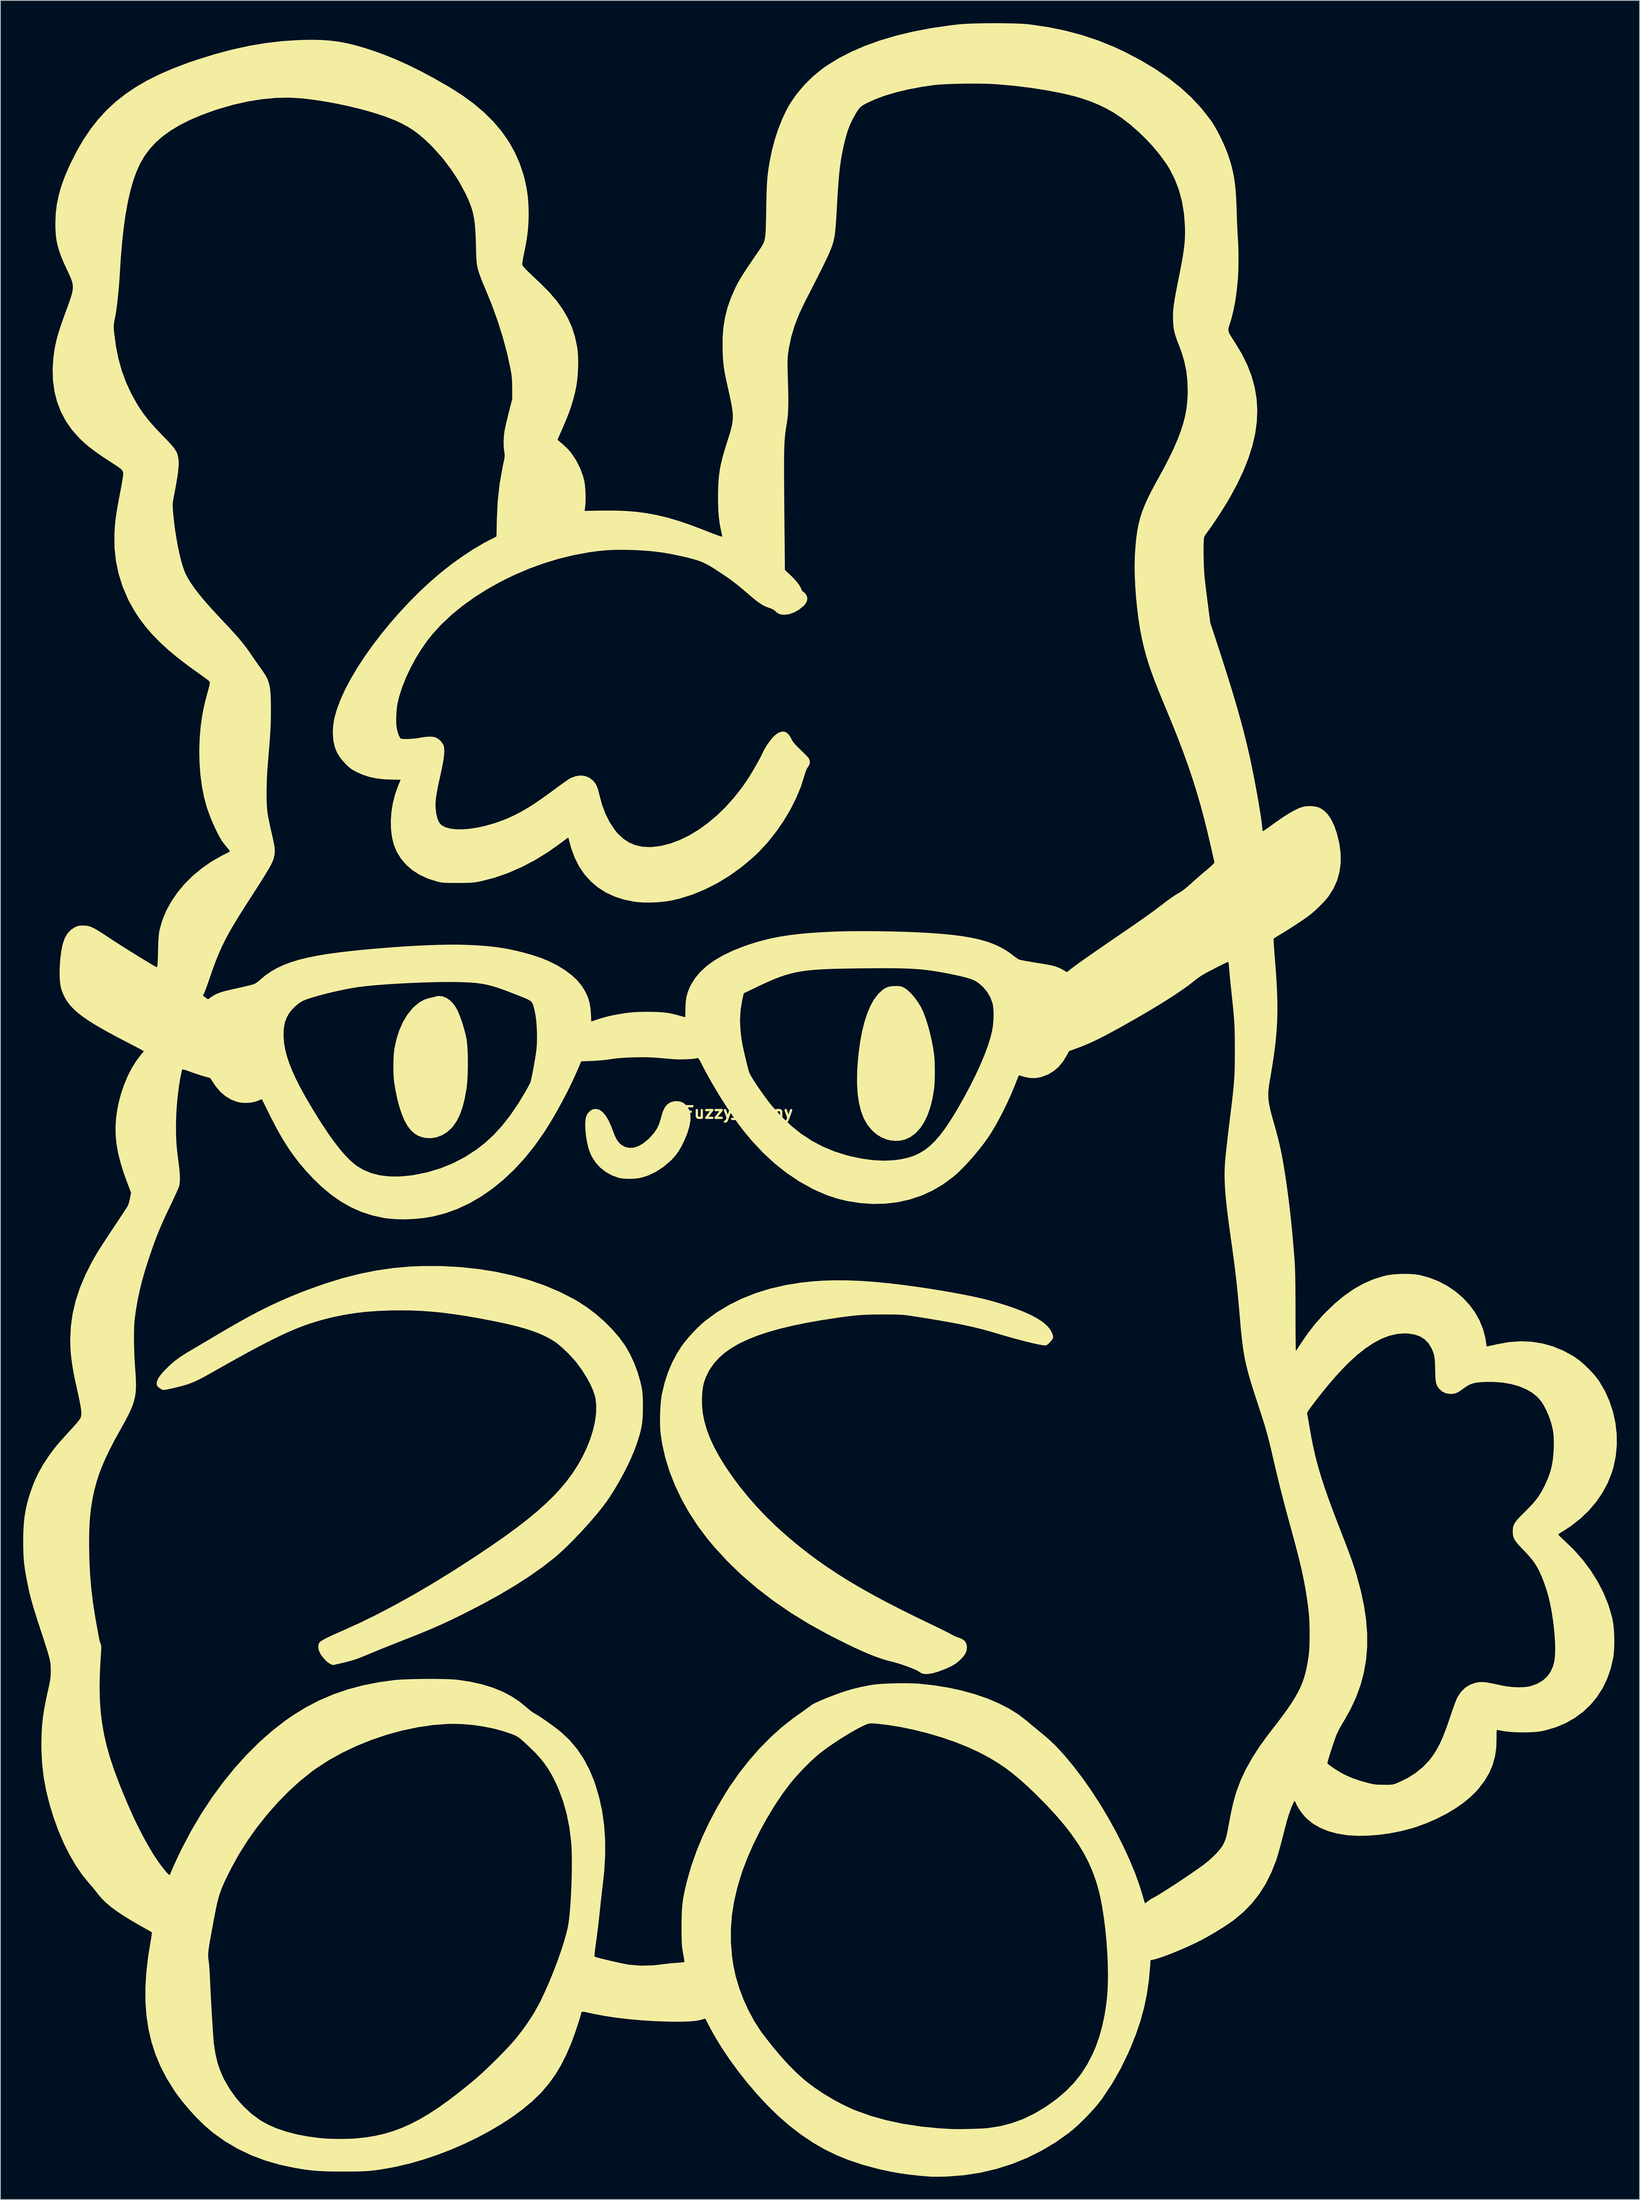
<source format=kicad_pcb>
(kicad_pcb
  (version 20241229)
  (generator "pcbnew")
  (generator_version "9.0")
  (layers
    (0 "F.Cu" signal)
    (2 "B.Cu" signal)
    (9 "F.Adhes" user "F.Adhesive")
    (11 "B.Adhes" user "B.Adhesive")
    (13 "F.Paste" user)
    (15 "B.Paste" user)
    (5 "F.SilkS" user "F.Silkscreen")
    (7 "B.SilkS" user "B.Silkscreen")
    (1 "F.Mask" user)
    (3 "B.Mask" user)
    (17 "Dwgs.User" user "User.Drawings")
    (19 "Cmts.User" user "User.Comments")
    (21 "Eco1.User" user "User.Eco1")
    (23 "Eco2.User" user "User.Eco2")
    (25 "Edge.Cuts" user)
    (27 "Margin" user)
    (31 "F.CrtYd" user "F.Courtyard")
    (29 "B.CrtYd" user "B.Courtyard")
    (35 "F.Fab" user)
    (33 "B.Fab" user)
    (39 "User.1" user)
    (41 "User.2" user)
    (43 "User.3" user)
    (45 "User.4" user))
  (footprint "Fuzzy_Bunny"
    (layer "F.Cu")
    (at 94.1 143.225)
    (property "Reference" "Fuzzy_Bunny" (at 0 0 0) (layer "F.SilkS") (effects (font (size 1.524 1.524) (thickness 0.3))))
    (attr board_only exclude_from_pos_files exclude_from_bom)
    (fp_poly (pts (xy -38.939 -15.282) (xy -38.436 -15.085) (xy -37.954 -14.755) (xy -37.511 -14.303) (xy -37.125 -13.738) (xy -36.964 -13.429) (xy -36.703 -12.819) (xy -36.441 -12.109) (xy -36.196 -11.353) (xy -35.985 -10.604) (xy -35.824 -9.919) (xy -35.759 -9.559) (xy -35.687 -8.95) (xy -35.637 -8.211) (xy -35.607 -7.382) (xy -35.598 -6.503) (xy -35.609 -5.611) (xy -35.64 -4.746) (xy -35.691 -3.947) (xy -35.762 -3.252) (xy -35.797 -3.006) (xy -36.031 -1.755) (xy -36.317 -0.659) (xy -36.658 0.291) (xy -37.059 1.103) (xy -37.521 1.783) (xy -37.759 2.058) (xy -38.356 2.589) (xy -39.022 2.99) (xy -39.731 3.253) (xy -40.462 3.371) (xy -41.188 3.338) (xy -41.67 3.224) (xy -42.154 3.039) (xy -42.556 2.804) (xy -42.938 2.48) (xy -43.177 2.231) (xy -43.569 1.711) (xy -43.94 1.037) (xy -44.286 0.223) (xy -44.601 -0.715) (xy -44.881 -1.763) (xy -45.12 -2.906) (xy -45.305 -4.064) (xy -45.356 -4.586) (xy -45.388 -5.22) (xy -45.4 -5.919) (xy -45.393 -6.635) (xy -45.367 -7.322) (xy -45.323 -7.931) (xy -45.267 -8.383) (xy -44.997 -9.644) (xy -44.624 -10.814) (xy -44.153 -11.878) (xy -43.59 -12.825) (xy -42.943 -13.639) (xy -42.597 -13.986) (xy -41.949 -14.504) (xy -41.296 -14.865) (xy -40.649 -15.063) (xy -40.613 -15.069) (xy -40.307 -15.13) (xy -40.032 -15.201) (xy -39.936 -15.233) (xy -39.445 -15.335)) (stroke (width 0) (type solid)) (fill yes) (layer "F.SilkS"))
    (fp_poly (pts (xy 21.001 -16.63) (xy 21.273 -16.606) (xy 21.489 -16.551) (xy 21.706 -16.454) (xy 21.825 -16.39) (xy 22.241 -16.098) (xy 22.688 -15.678) (xy 23.141 -15.161) (xy 23.571 -14.577) (xy 23.954 -13.957) (xy 24.051 -13.777) (xy 24.343 -13.143) (xy 24.633 -12.372) (xy 24.911 -11.498) (xy 25.17 -10.554) (xy 25.399 -9.573) (xy 25.59 -8.587) (xy 25.735 -7.63) (xy 25.741 -7.578) (xy 25.785 -7.092) (xy 25.814 -6.486) (xy 25.829 -5.804) (xy 25.831 -5.095) (xy 25.818 -4.405) (xy 25.791 -3.78) (xy 25.751 -3.267) (xy 25.74 -3.175) (xy 25.527 -1.865) (xy 25.232 -0.679) (xy 24.859 0.377) (xy 24.409 1.298) (xy 23.886 2.081) (xy 23.291 2.721) (xy 22.629 3.213) (xy 21.9 3.552) (xy 21.894 3.554) (xy 21.277 3.693) (xy 20.596 3.724) (xy 19.916 3.649) (xy 19.473 3.533) (xy 18.817 3.263) (xy 18.249 2.922) (xy 17.707 2.472) (xy 17.525 2.293) (xy 16.958 1.602) (xy 16.489 0.775) (xy 16.118 -0.189) (xy 15.845 -1.29) (xy 15.67 -2.528) (xy 15.592 -3.904) (xy 15.612 -5.417) (xy 15.655 -6.181) (xy 15.8 -7.791) (xy 16.003 -9.288) (xy 16.26 -10.664) (xy 16.571 -11.914) (xy 16.932 -13.029) (xy 17.343 -14.003) (xy 17.8 -14.829) (xy 18.302 -15.501) (xy 18.457 -15.666) (xy 18.891 -16.072) (xy 19.285 -16.351) (xy 19.684 -16.525) (xy 20.132 -16.613) (xy 20.616 -16.635)) (stroke (width 0) (type solid)) (fill yes) (layer "F.SilkS"))
    (fp_poly (pts (xy -7.716 -1.464) (xy -7.239 -1.27) (xy -6.83 -0.923) (xy -6.717 -0.785) (xy -6.448 -0.288) (xy -6.314 0.308) (xy -6.315 1.003) (xy -6.452 1.799) (xy -6.724 2.696) (xy -7.118 3.663) (xy -7.49 4.428) (xy -7.865 5.07) (xy -8.274 5.632) (xy -8.745 6.157) (xy -8.957 6.365) (xy -9.875 7.144) (xy -10.844 7.779) (xy -11.85 8.263) (xy -12.735 8.55) (xy -13.253 8.647) (xy -13.855 8.702) (xy -14.484 8.717) (xy -15.084 8.689) (xy -15.597 8.62) (xy -15.748 8.585) (xy -16.651 8.26) (xy -17.476 7.799) (xy -18.207 7.217) (xy -18.828 6.528) (xy -19.322 5.747) (xy -19.629 5.027) (xy -19.809 4.406) (xy -19.955 3.72) (xy -20.066 3.005) (xy -20.136 2.299) (xy -20.162 1.638) (xy -20.142 1.061) (xy -20.07 0.603) (xy -20.061 0.569) (xy -19.885 0.188) (xy -19.605 -0.145) (xy -19.268 -0.38) (xy -19.127 -0.436) (xy -18.697 -0.482) (xy -18.28 -0.36) (xy -17.876 -0.07) (xy -17.485 0.386) (xy -17.108 1.008) (xy -16.747 1.795) (xy -16.514 2.413) (xy -16.254 3.077) (xy -15.986 3.595) (xy -15.692 3.989) (xy -15.354 4.281) (xy -14.956 4.496) (xy -14.87 4.53) (xy -14.323 4.65) (xy -13.746 4.607) (xy -13.144 4.403) (xy -12.524 4.041) (xy -11.891 3.522) (xy -11.683 3.319) (xy -11.151 2.728) (xy -10.749 2.145) (xy -10.448 1.521) (xy -10.221 0.803) (xy -10.163 0.564) (xy -9.957 -0.137) (xy -9.688 -0.686) (xy -9.35 -1.089) (xy -8.937 -1.354) (xy -8.441 -1.488) (xy -8.266 -1.505)) (stroke (width 0) (type solid)) (fill yes) (layer "F.SilkS"))
    (fp_poly (pts (xy 14.341 22.063) (xy 16.049 22.131) (xy 17.854 22.257) (xy 19.77 22.441) (xy 21.811 22.683) (xy 23.99 22.986) (xy 25.146 23.161) (xy 26.695 23.411) (xy 28.158 23.664) (xy 29.521 23.917) (xy 30.771 24.168) (xy 31.892 24.414) (xy 32.871 24.651) (xy 33.597 24.85) (xy 35.035 25.289) (xy 36.309 25.722) (xy 37.427 26.152) (xy 38.394 26.581) (xy 39.216 27.012) (xy 39.9 27.449) (xy 40.452 27.893) (xy 40.709 28.151) (xy 40.998 28.524) (xy 41.226 28.927) (xy 41.368 29.31) (xy 41.402 29.552) (xy 41.34 29.737) (xy 41.18 29.976) (xy 40.962 30.226) (xy 40.727 30.444) (xy 40.513 30.584) (xy 40.436 30.611) (xy 40.228 30.61) (xy 39.874 30.563) (xy 39.392 30.472) (xy 38.796 30.343) (xy 38.103 30.178) (xy 37.329 29.982) (xy 36.49 29.759) (xy 35.603 29.512) (xy 34.682 29.246) (xy 33.994 29.04) (xy 33.177 28.799) (xy 32.363 28.574) (xy 31.536 28.362) (xy 30.678 28.158) (xy 29.77 27.959) (xy 28.796 27.762) (xy 27.737 27.563) (xy 26.576 27.358) (xy 25.295 27.143) (xy 23.876 26.916) (xy 22.733 26.738) (xy 22.334 26.68) (xy 21.969 26.634) (xy 21.609 26.6) (xy 21.225 26.575) (xy 20.785 26.559) (xy 20.262 26.55) (xy 19.624 26.546) (xy 18.965 26.546) (xy 18.034 26.552) (xy 17.224 26.568) (xy 16.492 26.597) (xy 15.792 26.644) (xy 15.08 26.711) (xy 14.309 26.801) (xy 13.435 26.917) (xy 13.039 26.974) (xy 10.886 27.304) (xy 8.896 27.657) (xy 7.064 28.035) (xy 5.385 28.44) (xy 3.853 28.874) (xy 2.464 29.34) (xy 1.212 29.839) (xy 0.092 30.374) (xy -0.901 30.947) (xy -1.772 31.56) (xy -2.527 32.216) (xy -3.17 32.916) (xy -3.706 33.662) (xy -4.02 34.211) (xy -4.308 34.824) (xy -4.519 35.413) (xy -4.664 36.028) (xy -4.755 36.715) (xy -4.801 37.465) (xy -4.794 38.542) (xy -4.686 39.59) (xy -4.468 40.657) (xy -4.156 41.728) (xy -3.724 42.864) (xy -3.157 44.07) (xy -2.464 45.329) (xy -1.657 46.628) (xy -0.748 47.952) (xy 0.254 49.285) (xy 1.337 50.612) (xy 2.491 51.919) (xy 3.703 53.19) (xy 4.964 54.411) (xy 5.498 54.898) (xy 6.7 55.952) (xy 7.912 56.96) (xy 9.145 57.932) (xy 10.413 58.874) (xy 11.727 59.794) (xy 13.102 60.701) (xy 14.548 61.603) (xy 16.08 62.507) (xy 17.71 63.421) (xy 19.451 64.354) (xy 21.315 65.313) (xy 23.316 66.306) (xy 25.465 67.341) (xy 25.474 67.345) (xy 26.05 67.622) (xy 26.601 67.89) (xy 27.101 68.138) (xy 27.523 68.351) (xy 27.842 68.518) (xy 28.014 68.614) (xy 28.334 68.787) (xy 28.667 68.934) (xy 28.871 69.004) (xy 29.383 69.193) (xy 29.746 69.456) (xy 29.967 69.799) (xy 30.055 70.232) (xy 30.057 70.32) (xy 29.999 70.763) (xy 29.816 71.188) (xy 29.496 71.621) (xy 29.174 71.948) (xy 28.845 72.24) (xy 28.526 72.482) (xy 28.178 72.696) (xy 27.763 72.907) (xy 27.239 73.137) (xy 27.018 73.229) (xy 26.223 73.523) (xy 25.519 73.72) (xy 24.917 73.816) (xy 24.428 73.811) (xy 24.147 73.741) (xy 23.948 73.638) (xy 23.714 73.488) (xy 23.681 73.465) (xy 23.47 73.345) (xy 23.13 73.19) (xy 22.695 73.013) (xy 22.198 72.825) (xy 21.674 72.64) (xy 21.155 72.469) (xy 20.677 72.325) (xy 20.278 72.221) (xy 19.581 72.044) (xy 18.848 71.822) (xy 18.065 71.548) (xy 17.218 71.216) (xy 16.294 70.821) (xy 15.278 70.358) (xy 14.157 69.819) (xy 12.918 69.2) (xy 11.853 68.655) (xy 9.315 67.262) (xy 6.898 65.778) (xy 4.607 64.206) (xy 2.449 62.551) (xy 0.429 60.817) (xy -1.448 59.008) (xy -3.177 57.127) (xy -4.114 56.002) (xy -5.368 54.327) (xy -6.495 52.598) (xy -7.492 50.825) (xy -8.35 49.024) (xy -9.065 47.207) (xy -9.63 45.387) (xy -10.04 43.579) (xy -10.25 42.172) (xy -10.299 41.557) (xy -10.322 40.834) (xy -10.321 40.049) (xy -10.296 39.245) (xy -10.251 38.466) (xy -10.186 37.757) (xy -10.102 37.161) (xy -10.079 37.042) (xy -9.727 35.546) (xy -9.281 34.165) (xy -8.729 32.866) (xy -8.056 31.612) (xy -7.537 30.79) (xy -7.12 30.219) (xy -6.601 29.589) (xy -6.016 28.94) (xy -5.402 28.311) (xy -4.794 27.741) (xy -4.365 27.375) (xy -2.871 26.277) (xy -1.263 25.304) (xy 0.455 24.455) (xy 2.28 23.733) (xy 4.209 23.139) (xy 6.239 22.673) (xy 8.22 22.356) (xy 9.671 22.2) (xy 11.165 22.098) (xy 12.718 22.053)) (stroke (width 0) (type solid)) (fill yes) (layer "F.SilkS"))
    (fp_poly (pts (xy -39.078 20.182) (xy -36.631 20.312) (xy -34.242 20.564) (xy -31.92 20.935) (xy -29.677 21.424) (xy -27.522 22.027) (xy -25.466 22.743) (xy -23.519 23.569) (xy -21.691 24.502) (xy -21.101 24.843) (xy -19.911 25.616) (xy -18.75 26.498) (xy -17.645 27.463) (xy -16.624 28.485) (xy -15.713 29.538) (xy -14.939 30.598) (xy -14.861 30.718) (xy -14.262 31.761) (xy -13.723 32.921) (xy -13.263 34.15) (xy -12.901 35.402) (xy -12.767 35.997) (xy -12.699 36.36) (xy -12.648 36.694) (xy -12.613 37.038) (xy -12.591 37.426) (xy -12.579 37.898) (xy -12.576 38.488) (xy -12.576 38.735) (xy -12.584 39.497) (xy -12.61 40.148) (xy -12.662 40.728) (xy -12.745 41.28) (xy -12.868 41.844) (xy -13.036 42.462) (xy -13.258 43.174) (xy -13.392 43.584) (xy -13.721 44.478) (xy -14.143 45.468) (xy -14.639 46.52) (xy -15.193 47.599) (xy -15.787 48.674) (xy -16.402 49.71) (xy -17.023 50.675) (xy -17.351 51.149) (xy -17.892 51.874) (xy -18.535 52.674) (xy -19.258 53.527) (xy -20.037 54.405) (xy -20.848 55.285) (xy -21.668 56.141) (xy -22.474 56.948) (xy -23.242 57.68) (xy -23.949 58.312) (xy -24.299 58.606) (xy -25.849 59.804) (xy -27.549 60.998) (xy -29.404 62.191) (xy -31.416 63.385) (xy -33.59 64.583) (xy -35.899 65.772) (xy -36.842 66.239) (xy -37.71 66.66) (xy -38.531 67.047) (xy -39.334 67.413) (xy -40.149 67.77) (xy -41.004 68.133) (xy -41.928 68.512) (xy -42.95 68.922) (xy -44.1 69.374) (xy -44.238 69.428) (xy -44.976 69.718) (xy -45.76 70.029) (xy -46.55 70.346) (xy -47.307 70.653) (xy -47.992 70.934) (xy -48.564 71.172) (xy -48.647 71.207) (xy -49.319 71.487) (xy -49.881 71.709) (xy -50.376 71.888) (xy -50.847 72.037) (xy -51.339 72.173) (xy -51.865 72.303) (xy -52.334 72.413) (xy -52.743 72.509) (xy -53.066 72.582) (xy -53.274 72.629) (xy -53.34 72.641) (xy -53.436 72.609) (xy -53.629 72.528) (xy -53.725 72.484) (xy -54.019 72.296) (xy -54.347 71.998) (xy -54.671 71.632) (xy -54.952 71.241) (xy -55.082 71.017) (xy -55.241 70.59) (xy -55.285 70.178) (xy -55.213 69.822) (xy -55.119 69.659) (xy -54.957 69.516) (xy -54.658 69.329) (xy -54.219 69.095) (xy -53.633 68.812) (xy -52.897 68.477) (xy -52.155 68.153) (xy -49.928 67.148) (xy -47.608 66.014) (xy -45.205 64.756) (xy -42.728 63.379) (xy -40.187 61.89) (xy -37.592 60.293) (xy -34.951 58.594) (xy -32.385 56.873) (xy -30.706 55.701) (xy -29.175 54.581) (xy -27.784 53.505) (xy -26.524 52.464) (xy -25.386 51.449) (xy -24.36 50.451) (xy -23.438 49.461) (xy -22.611 48.471) (xy -21.869 47.471) (xy -21.203 46.453) (xy -20.605 45.408) (xy -20.546 45.297) (xy -19.977 44.118) (xy -19.508 42.94) (xy -19.143 41.782) (xy -18.886 40.659) (xy -18.74 39.591) (xy -18.709 38.595) (xy -18.797 37.687) (xy -18.879 37.3) (xy -19.136 36.518) (xy -19.518 35.663) (xy -20.013 34.759) (xy -20.608 33.83) (xy -21.289 32.899) (xy -21.294 32.893) (xy -21.68 32.432) (xy -22.143 31.932) (xy -22.648 31.424) (xy -23.162 30.943) (xy -23.651 30.52) (xy -24.079 30.189) (xy -24.187 30.116) (xy -24.834 29.72) (xy -25.538 29.353) (xy -26.314 29.012) (xy -27.178 28.69) (xy -28.144 28.382) (xy -29.227 28.085) (xy -30.442 27.792) (xy -31.804 27.499) (xy -32.512 27.357) (xy -34.304 27.018) (xy -35.962 26.733) (xy -37.509 26.499) (xy -38.971 26.313) (xy -40.374 26.173) (xy -41.741 26.077) (xy -43.098 26.021) (xy -44.47 26.004) (xy -45.712 26.018) (xy -47.418 26.082) (xy -49.001 26.198) (xy -50.499 26.372) (xy -51.953 26.609) (xy -53.401 26.912) (xy -54.144 27.094) (xy -54.889 27.291) (xy -55.617 27.501) (xy -56.339 27.73) (xy -57.066 27.982) (xy -57.81 28.262) (xy -58.581 28.576) (xy -59.39 28.929) (xy -60.249 29.326) (xy -61.168 29.773) (xy -62.158 30.274) (xy -63.231 30.834) (xy -64.398 31.46) (xy -65.669 32.155) (xy -67.055 32.926) (xy -68.568 33.777) (xy -69.55 34.333) (xy -70.298 34.75) (xy -70.943 35.088) (xy -71.523 35.362) (xy -72.078 35.589) (xy -72.644 35.783) (xy -73.261 35.961) (xy -73.966 36.136) (xy -74.101 36.168) (xy -74.651 36.295) (xy -75.063 36.386) (xy -75.363 36.442) (xy -75.579 36.464) (xy -75.736 36.454) (xy -75.862 36.414) (xy -75.983 36.345) (xy -76.077 36.282) (xy -76.331 36.096) (xy -76.47 35.942) (xy -76.527 35.772) (xy -76.536 35.602) (xy -76.493 35.308) (xy -76.357 34.986) (xy -76.117 34.619) (xy -75.76 34.186) (xy -75.434 33.834) (xy -74.817 33.224) (xy -74.187 32.681) (xy -73.503 32.172) (xy -72.722 31.664) (xy -72.276 31.398) (xy -71.955 31.209) (xy -71.514 30.949) (xy -70.978 30.633) (xy -70.374 30.276) (xy -69.726 29.892) (xy -69.06 29.497) (xy -68.58 29.213) (xy -67.093 28.339) (xy -65.72 27.554) (xy -64.438 26.846) (xy -63.226 26.203) (xy -62.061 25.615) (xy -60.92 25.071) (xy -59.78 24.558) (xy -58.619 24.066) (xy -57.415 23.584) (xy -56.854 23.367) (xy -54.469 22.512) (xy -52.155 21.796) (xy -49.893 21.215) (xy -47.663 20.766) (xy -45.447 20.444) (xy -43.224 20.246) (xy -41.571 20.176)) (stroke (width 0) (type solid)) (fill yes) (layer "F.SilkS"))
    (fp_poly (pts (xy 34.747 -143.22) (xy 35.666 -143.205) (xy 36.522 -143.181) (xy 37.288 -143.148) (xy 37.934 -143.105) (xy 38.354 -143.063) (xy 40.75 -142.707) (xy 43.034 -142.239) (xy 45.227 -141.652) (xy 47.351 -140.942) (xy 49.425 -140.102) (xy 50.842 -139.441) (xy 52.915 -138.355) (xy 54.831 -137.206) (xy 56.592 -135.997) (xy 58.195 -134.727) (xy 59.642 -133.397) (xy 60.93 -132.007) (xy 62.061 -130.557) (xy 62.344 -130.148) (xy 62.665 -129.633) (xy 63.017 -129) (xy 63.38 -128.293) (xy 63.732 -127.556) (xy 64.052 -126.831) (xy 64.318 -126.162) (xy 64.413 -125.899) (xy 64.672 -125.11) (xy 64.887 -124.358) (xy 65.064 -123.617) (xy 65.207 -122.858) (xy 65.32 -122.053) (xy 65.407 -121.174) (xy 65.473 -120.194) (xy 65.521 -119.085) (xy 65.537 -118.576) (xy 65.56 -117.865) (xy 65.585 -117.164) (xy 65.612 -116.504) (xy 65.639 -115.914) (xy 65.665 -115.423) (xy 65.689 -115.063) (xy 65.696 -114.977) (xy 65.734 -114.423) (xy 65.76 -113.742) (xy 65.775 -112.976) (xy 65.778 -112.167) (xy 65.77 -111.357) (xy 65.751 -110.587) (xy 65.721 -109.901) (xy 65.697 -109.554) (xy 65.557 -108.127) (xy 65.368 -106.776) (xy 65.132 -105.528) (xy 64.855 -104.404) (xy 64.641 -103.709) (xy 64.538 -103.405) (xy 64.469 -103.16) (xy 64.441 -102.947) (xy 64.462 -102.74) (xy 64.54 -102.512) (xy 64.683 -102.235) (xy 64.897 -101.883) (xy 65.191 -101.429) (xy 65.366 -101.162) (xy 66.232 -99.72) (xy 66.945 -98.276) (xy 67.503 -96.824) (xy 67.907 -95.359) (xy 68.157 -93.876) (xy 68.252 -92.37) (xy 68.191 -90.835) (xy 67.976 -89.266) (xy 67.606 -87.657) (xy 67.08 -86.004) (xy 66.398 -84.302) (xy 65.561 -82.544) (xy 64.642 -80.856) (xy 64.312 -80.295) (xy 63.926 -79.667) (xy 63.508 -79.003) (xy 63.078 -78.338) (xy 62.658 -77.705) (xy 62.271 -77.137) (xy 61.937 -76.667) (xy 61.814 -76.503) (xy 61.597 -76.207) (xy 61.413 -75.937) (xy 61.292 -75.738) (xy 61.273 -75.699) (xy 61.236 -75.522) (xy 61.208 -75.203) (xy 61.19 -74.765) (xy 61.181 -74.236) (xy 61.181 -73.641) (xy 61.189 -73.005) (xy 61.205 -72.355) (xy 61.229 -71.715) (xy 61.261 -71.113) (xy 61.3 -70.572) (xy 61.329 -70.273) (xy 61.381 -69.814) (xy 61.45 -69.229) (xy 61.531 -68.558) (xy 61.62 -67.845) (xy 61.711 -67.13) (xy 61.77 -66.675) (xy 62.07 -64.389) (xy 62.823 -62.103) (xy 63.465 -60.138) (xy 64.05 -58.317) (xy 64.582 -56.623) (xy 65.065 -55.043) (xy 65.504 -53.561) (xy 65.903 -52.163) (xy 66.267 -50.834) (xy 66.598 -49.558) (xy 66.902 -48.322) (xy 67.183 -47.11) (xy 67.431 -45.974) (xy 67.61 -45.111) (xy 67.79 -44.208) (xy 67.967 -43.285) (xy 68.138 -42.359) (xy 68.301 -41.452) (xy 68.452 -40.581) (xy 68.587 -39.765) (xy 68.703 -39.024) (xy 68.798 -38.377) (xy 68.867 -37.843) (xy 68.908 -37.441) (xy 68.918 -37.232) (xy 68.942 -37.063) (xy 68.994 -36.999) (xy 69.085 -37.047) (xy 69.286 -37.178) (xy 69.57 -37.374) (xy 69.911 -37.618) (xy 70.049 -37.719) (xy 70.956 -38.37) (xy 71.755 -38.914) (xy 72.46 -39.357) (xy 73.085 -39.708) (xy 73.644 -39.977) (xy 74.151 -40.171) (xy 74.151 -40.171) (xy 74.632 -40.271) (xy 75.185 -40.298) (xy 75.747 -40.254) (xy 76.252 -40.142) (xy 76.496 -40.047) (xy 77.052 -39.688) (xy 77.553 -39.171) (xy 78 -38.496) (xy 78.395 -37.661) (xy 78.731 -36.683) (xy 79.054 -35.345) (xy 79.218 -34.06) (xy 79.224 -32.83) (xy 79.072 -31.656) (xy 78.761 -30.54) (xy 78.293 -29.483) (xy 77.667 -28.487) (xy 77.517 -28.287) (xy 77.211 -27.924) (xy 76.813 -27.496) (xy 76.362 -27.043) (xy 75.899 -26.605) (xy 75.464 -26.221) (xy 75.226 -26.027) (xy 74.834 -25.736) (xy 74.33 -25.381) (xy 73.747 -24.985) (xy 73.12 -24.57) (xy 72.481 -24.16) (xy 71.866 -23.775) (xy 71.477 -23.539) (xy 71.102 -23.313) (xy 70.781 -23.114) (xy 70.542 -22.96) (xy 70.412 -22.868) (xy 70.396 -22.854) (xy 70.393 -22.756) (xy 70.403 -22.51) (xy 70.424 -22.139) (xy 70.456 -21.662) (xy 70.497 -21.101) (xy 70.546 -20.477) (xy 70.567 -20.22) (xy 70.693 -18.599) (xy 70.79 -17.12) (xy 70.857 -15.756) (xy 70.894 -14.482) (xy 70.898 -13.272) (xy 70.869 -12.101) (xy 70.806 -10.943) (xy 70.708 -9.772) (xy 70.573 -8.562) (xy 70.401 -7.289) (xy 70.19 -5.926) (xy 69.94 -4.447) (xy 69.895 -4.191) (xy 69.793 -3.569) (xy 69.725 -3.016) (xy 69.693 -2.502) (xy 69.7 -2) (xy 69.75 -1.482) (xy 69.843 -0.919) (xy 69.984 -0.282) (xy 70.176 0.456) (xy 70.42 1.323) (xy 70.439 1.389) (xy 70.716 2.374) (xy 70.959 3.291) (xy 71.175 4.175) (xy 71.369 5.059) (xy 71.55 5.975) (xy 71.723 6.958) (xy 71.897 8.04) (xy 72.077 9.255) (xy 72.091 9.356) (xy 72.28 10.719) (xy 72.451 12.058) (xy 72.608 13.404) (xy 72.754 14.79) (xy 72.893 16.247) (xy 73.028 17.808) (xy 73.163 19.504) (xy 73.17 19.6) (xy 73.2 20.108) (xy 73.225 20.783) (xy 73.245 21.624) (xy 73.261 22.628) (xy 73.272 23.795) (xy 73.278 25.121) (xy 73.279 26.221) (xy 73.28 27.139) (xy 73.282 28.002) (xy 73.285 28.798) (xy 73.29 29.511) (xy 73.296 30.128) (xy 73.302 30.634) (xy 73.31 31.014) (xy 73.317 31.256) (xy 73.326 31.344) (xy 73.327 31.344) (xy 73.388 31.256) (xy 73.524 31.052) (xy 73.72 30.758) (xy 73.958 30.398) (xy 74.114 30.162) (xy 74.971 28.928) (xy 75.853 27.801) (xy 76.81 26.718) (xy 77.211 26.298) (xy 78.46 25.097) (xy 79.711 24.061) (xy 80.971 23.188) (xy 82.245 22.472) (xy 83.539 21.912) (xy 84.859 21.504) (xy 85.263 21.41) (xy 85.889 21.307) (xy 86.614 21.239) (xy 87.387 21.208) (xy 88.159 21.214) (xy 88.88 21.257) (xy 89.5 21.338) (xy 89.642 21.366) (xy 90.93 21.72) (xy 92.151 22.208) (xy 93.295 22.817) (xy 94.351 23.538) (xy 95.308 24.36) (xy 96.157 25.272) (xy 96.886 26.264) (xy 97.484 27.325) (xy 97.941 28.445) (xy 98.246 29.612) (xy 98.311 30.001) (xy 98.419 30.75) (xy 98.676 30.704) (xy 98.864 30.667) (xy 99.17 30.6) (xy 99.547 30.516) (xy 99.846 30.448) (xy 101.37 30.176) (xy 102.865 30.07) (xy 104.326 30.129) (xy 105.753 30.353) (xy 107.141 30.741) (xy 108.49 31.293) (xy 109.795 32.009) (xy 110.13 32.224) (xy 110.65 32.607) (xy 111.22 33.095) (xy 111.801 33.649) (xy 112.355 34.23) (xy 112.844 34.799) (xy 113.227 35.318) (xy 113.23 35.321) (xy 113.978 36.602) (xy 114.585 37.952) (xy 115.048 39.357) (xy 115.364 40.797) (xy 115.532 42.258) (xy 115.548 43.722) (xy 115.411 45.171) (xy 115.118 46.59) (xy 114.891 47.348) (xy 114.352 48.692) (xy 113.659 49.981) (xy 112.822 51.202) (xy 111.848 52.345) (xy 110.749 53.398) (xy 109.532 54.35) (xy 108.615 54.951) (xy 108.306 55.141) (xy 108.051 55.302) (xy 107.887 55.411) (xy 107.846 55.442) (xy 107.882 55.518) (xy 108.026 55.682) (xy 108.255 55.912) (xy 108.549 56.186) (xy 108.636 56.264) (xy 109.919 57.504) (xy 111.087 58.83) (xy 112.131 60.228) (xy 113.043 61.683) (xy 113.813 63.182) (xy 114.434 64.71) (xy 114.896 66.253) (xy 114.984 66.633) (xy 115.094 67.286) (xy 115.171 68.056) (xy 115.214 68.894) (xy 115.221 69.75) (xy 115.193 70.576) (xy 115.127 71.321) (xy 115.076 71.67) (xy 114.752 73.098) (xy 114.286 74.436) (xy 113.684 75.68) (xy 112.951 76.822) (xy 112.095 77.858) (xy 111.12 78.781) (xy 110.033 79.584) (xy 108.839 80.263) (xy 107.545 80.811) (xy 106.155 81.222) (xy 105.622 81.338) (xy 105.115 81.411) (xy 104.484 81.461) (xy 103.772 81.489) (xy 103.021 81.493) (xy 102.276 81.476) (xy 101.579 81.436) (xy 100.973 81.373) (xy 100.711 81.332) (xy 100.348 81.266) (xy 100.046 81.212) (xy 99.844 81.176) (xy 99.786 81.166) (xy 99.756 81.24) (xy 99.735 81.459) (xy 99.726 81.795) (xy 99.728 82.211) (xy 99.691 83.483) (xy 99.521 84.666) (xy 99.212 85.778) (xy 98.757 86.838) (xy 98.148 87.862) (xy 97.381 88.87) (xy 97.063 89.233) (xy 96.266 90.019) (xy 95.323 90.788) (xy 94.253 91.526) (xy 93.08 92.221) (xy 91.825 92.861) (xy 90.51 93.433) (xy 89.157 93.925) (xy 88.568 94.109) (xy 87.17 94.473) (xy 85.724 94.757) (xy 84.268 94.958) (xy 82.834 95.071) (xy 81.459 95.092) (xy 80.177 95.02) (xy 79.883 94.987) (xy 78.649 94.774) (xy 77.512 94.45) (xy 76.483 94.019) (xy 75.572 93.487) (xy 74.789 92.858) (xy 74.533 92.6) (xy 74.233 92.248) (xy 73.931 91.844) (xy 73.655 91.43) (xy 73.434 91.048) (xy 73.295 90.741) (xy 73.281 90.699) (xy 73.213 90.551) (xy 73.158 90.509) (xy 73.09 90.585) (xy 72.981 90.795) (xy 72.842 91.111) (xy 72.684 91.507) (xy 72.519 91.956) (xy 72.358 92.429) (xy 72.319 92.551) (xy 72.22 92.879) (xy 72.093 93.334) (xy 71.946 93.878) (xy 71.79 94.473) (xy 71.635 95.082) (xy 71.585 95.285) (xy 71.424 95.916) (xy 71.248 96.57) (xy 71.071 97.203) (xy 70.904 97.77) (xy 70.76 98.227) (xy 70.731 98.313) (xy 70.107 99.907) (xy 69.371 101.378) (xy 68.517 102.73) (xy 67.543 103.969) (xy 66.443 105.099) (xy 65.216 106.127) (xy 64.975 106.306) (xy 64.313 106.766) (xy 63.54 107.266) (xy 62.7 107.78) (xy 61.838 108.281) (xy 60.998 108.741) (xy 60.366 109.066) (xy 59.706 109.384) (xy 58.995 109.708) (xy 58.257 110.029) (xy 57.518 110.339) (xy 56.8 110.626) (xy 56.13 110.881) (xy 55.531 111.094) (xy 55.028 111.256) (xy 54.646 111.357) (xy 54.557 111.374) (xy 54.208 111.433) (xy 54.15 112.295) (xy 53.979 114.166) (xy 53.719 115.948) (xy 53.362 117.675) (xy 52.897 119.382) (xy 52.317 121.104) (xy 51.612 122.878) (xy 51.305 123.583) (xy 50.284 125.691) (xy 49.152 127.679) (xy 47.913 129.542) (xy 47.678 129.863) (xy 47.215 130.45) (xy 46.65 131.103) (xy 46.016 131.787) (xy 45.347 132.468) (xy 44.677 133.111) (xy 44.04 133.682) (xy 43.519 134.11) (xy 41.761 135.36) (xy 39.92 136.465) (xy 38.004 137.421) (xy 36.02 138.226) (xy 33.975 138.877) (xy 31.878 139.372) (xy 29.736 139.707) (xy 27.555 139.881) (xy 27.093 139.897) (xy 26.587 139.908) (xy 26.107 139.914) (xy 25.692 139.914) (xy 25.384 139.909) (xy 25.273 139.904) (xy 23.792 139.783) (xy 22.435 139.634) (xy 21.158 139.451) (xy 19.917 139.227) (xy 18.669 138.956) (xy 18.203 138.845) (xy 16.306 138.329) (xy 14.542 137.742) (xy 12.886 137.071) (xy 11.311 136.303) (xy 9.792 135.426) (xy 8.303 134.427) (xy 6.819 133.292) (xy 6.435 132.976) (xy 5.119 131.814) (xy 3.792 130.512) (xy 2.474 129.096) (xy 1.186 127.592) (xy -0.052 126.027) (xy -1.219 124.426) (xy -2.294 122.816) (xy -3.256 121.224) (xy -4.063 119.719) (xy -4.201 119.446) (xy -4.308 119.24) (xy -4.364 119.14) (xy -4.366 119.138) (xy -4.454 119.145) (xy -4.65 119.197) (xy -4.791 119.242) (xy -5.212 119.352) (xy -5.758 119.436) (xy -6.438 119.493) (xy -7.259 119.526) (xy -8.232 119.534) (xy -9.356 119.517) (xy -11.066 119.454) (xy -12.768 119.346) (xy -14.433 119.197) (xy -16.028 119.01) (xy -17.524 118.788) (xy -18.889 118.535) (xy -19.117 118.486) (xy -19.654 118.369) (xy -20.048 118.286) (xy -20.322 118.235) (xy -20.499 118.217) (xy -20.603 118.23) (xy -20.656 118.276) (xy -20.681 118.352) (xy -20.702 118.46) (xy -20.702 118.46) (xy -20.773 118.734) (xy -20.891 119.133) (xy -21.046 119.625) (xy -21.227 120.176) (xy -21.422 120.753) (xy -21.621 121.323) (xy -21.812 121.853) (xy -21.984 122.309) (xy -22.029 122.422) (xy -22.669 123.911) (xy -23.352 125.257) (xy -24.091 126.485) (xy -24.903 127.619) (xy -25.801 128.683) (xy -26.059 128.959) (xy -27.122 129.989) (xy -28.338 131.006) (xy -29.688 132.002) (xy -31.155 132.968) (xy -32.722 133.895) (xy -34.371 134.775) (xy -36.085 135.6) (xy -37.846 136.361) (xy -39.638 137.049) (xy -41.442 137.655) (xy -43.241 138.172) (xy -45.019 138.591) (xy -46.143 138.805) (xy -46.822 138.919) (xy -47.418 139.01) (xy -47.96 139.083) (xy -48.481 139.138) (xy -49.011 139.178) (xy -49.58 139.205) (xy -50.22 139.222) (xy -50.962 139.23) (xy -51.836 139.233) (xy -52.028 139.233) (xy -53.041 139.228) (xy -53.917 139.214) (xy -54.69 139.189) (xy -55.39 139.149) (xy -56.052 139.092) (xy -56.708 139.016) (xy -57.39 138.919) (xy -58.131 138.798) (xy -58.335 138.763) (xy -60.369 138.331) (xy -62.31 137.765) (xy -64.153 137.064) (xy -65.895 136.231) (xy -67.534 135.267) (xy -69.066 134.173) (xy -69.338 133.957) (xy -70.29 133.128) (xy -71.262 132.177) (xy -72.219 131.141) (xy -73.128 130.059) (xy -73.953 128.969) (xy -74.319 128.439) (xy -75.249 126.933) (xy -76.042 125.394) (xy -76.701 123.814) (xy -77.227 122.185) (xy -77.62 120.498) (xy -77.883 118.745) (xy -78.016 116.917) (xy -78.021 115.005) (xy -77.899 113.001) (xy -77.652 110.897) (xy -77.621 110.711) (xy -69.764 110.711) (xy -69.762 110.935) (xy -69.749 111.144) (xy -69.725 111.354) (xy -69.693 111.58) (xy -69.678 111.675) (xy -69.65 111.925) (xy -69.618 112.309) (xy -69.585 112.795) (xy -69.552 113.348) (xy -69.523 113.934) (xy -69.515 114.131) (xy -69.483 114.843) (xy -69.445 115.626) (xy -69.401 116.459) (xy -69.354 117.319) (xy -69.304 118.183) (xy -69.253 119.031) (xy -69.202 119.841) (xy -69.153 120.589) (xy -69.107 121.254) (xy -69.065 121.814) (xy -69.028 122.247) (xy -69.001 122.513) (xy -68.805 123.776) (xy -68.532 124.923) (xy -68.171 125.993) (xy -67.711 127.025) (xy -67.637 127.169) (xy -66.906 128.426) (xy -66.054 129.603) (xy -65.101 130.679) (xy -64.063 131.635) (xy -62.96 132.452) (xy -62.78 132.567) (xy -61.799 133.106) (xy -60.675 133.586) (xy -59.423 134.003) (xy -58.06 134.353) (xy -56.603 134.629) (xy -55.068 134.829) (xy -54.695 134.864) (xy -54.016 134.909) (xy -53.227 134.935) (xy -52.386 134.943) (xy -51.55 134.934) (xy -50.778 134.906) (xy -50.25 134.871) (xy -48.991 134.732) (xy -47.78 134.532) (xy -46.602 134.263) (xy -45.446 133.92) (xy -44.297 133.494) (xy -43.142 132.981) (xy -41.968 132.373) (xy -40.763 131.664) (xy -39.512 130.847) (xy -38.203 129.917) (xy -36.822 128.865) (xy -35.356 127.687) (xy -34.925 127.331) (xy -34.292 126.786) (xy -33.592 126.153) (xy -32.852 125.457) (xy -32.097 124.724) (xy -31.355 123.982) (xy -30.652 123.256) (xy -30.014 122.573) (xy -29.469 121.959) (xy -29.258 121.708) (xy -28.373 120.574) (xy -27.536 119.378) (xy -26.779 118.169) (xy -26.133 116.992) (xy -26.053 116.833) (xy -25.557 115.793) (xy -25.065 114.69) (xy -24.586 113.549) (xy -24.129 112.394) (xy -23.703 111.25) (xy -23.317 110.141) (xy -22.98 109.093) (xy -22.702 108.13) (xy -22.49 107.277) (xy -22.402 106.844) (xy -22.31 106.237) (xy -22.224 105.487) (xy -22.148 104.621) (xy -22.081 103.667) (xy -22.024 102.65) (xy -21.979 101.597) (xy -21.946 100.535) (xy -21.926 99.49) (xy -21.921 98.49) (xy -21.931 97.561) (xy -21.957 96.73) (xy -22 96.023) (xy -22.01 95.912) (xy -22.249 93.997) (xy -22.609 92.191) (xy -23.094 90.484) (xy -23.705 88.862) (xy -24.134 87.926) (xy -24.594 87.039) (xy -25.064 86.248) (xy -25.571 85.518) (xy -26.14 84.814) (xy -26.798 84.102) (xy -27.57 83.348) (xy -27.755 83.176) (xy -28.178 82.787) (xy -28.505 82.493) (xy -28.766 82.275) (xy -28.986 82.113) (xy -29.196 81.988) (xy -29.423 81.879) (xy -29.695 81.766) (xy -29.848 81.706) (xy -31.002 81.311) (xy -32.275 80.976) (xy -33.627 80.708) (xy -35.015 80.512) (xy -36.399 80.396) (xy -37.737 80.366) (xy -38.227 80.378) (xy -40.21 80.53) (xy -42.232 80.826) (xy -44.269 81.256) (xy -46.3 81.814) (xy -48.302 82.491) (xy -50.251 83.279) (xy -52.126 84.171) (xy -53.904 85.158) (xy -55.562 86.233) (xy -56.155 86.662) (xy -57.678 87.883) (xy -59.18 89.251) (xy -60.641 90.744) (xy -62.045 92.339) (xy -63.371 94.014) (xy -64.601 95.747) (xy -65.718 97.515) (xy -66.694 99.282) (xy -67.121 100.126) (xy -67.477 100.853) (xy -67.771 101.493) (xy -68.014 102.076) (xy -68.217 102.633) (xy -68.392 103.195) (xy -68.547 103.791) (xy -68.695 104.452) (xy -68.847 105.208) (xy -68.909 105.537) (xy -69.104 106.575) (xy -69.269 107.462) (xy -69.407 108.213) (xy -69.519 108.843) (xy -69.608 109.367) (xy -69.675 109.801) (xy -69.722 110.159) (xy -69.751 110.458) (xy -69.764 110.711) (xy -77.621 110.711) (xy -77.338 108.987) (xy -77.265 108.565) (xy -77.213 108.203) (xy -77.185 107.933) (xy -77.186 107.788) (xy -77.192 107.773) (xy -77.284 107.713) (xy -77.5 107.586) (xy -77.814 107.404) (xy -78.202 107.184) (xy -78.617 106.951) (xy -79.804 106.271) (xy -80.841 105.636) (xy -81.741 105.037) (xy -82.515 104.466) (xy -83.175 103.914) (xy -83.731 103.373) (xy -84.196 102.834) (xy -84.329 102.658) (xy -84.534 102.393) (xy -84.816 102.047) (xy -85.137 101.667) (xy -85.455 101.304) (xy -86.351 100.197) (xy -87.209 98.94) (xy -88.02 97.548) (xy -88.776 96.036) (xy -89.468 94.42) (xy -90.048 92.837) (xy -90.623 90.98) (xy -91.07 89.192) (xy -91.395 87.439) (xy -91.602 85.688) (xy -91.698 83.905) (xy -91.706 83.185) (xy -91.696 82.185) (xy -91.661 81.264) (xy -91.598 80.387) (xy -91.502 79.517) (xy -91.368 78.616) (xy -91.191 77.647) (xy -90.969 76.575) (xy -90.829 75.946) (xy -90.698 75.355) (xy -90.604 74.888) (xy -90.539 74.503) (xy -90.5 74.159) (xy -90.48 73.815) (xy -90.474 73.431) (xy -90.474 73.364) (xy -90.475 73.073) (xy -90.483 72.81) (xy -90.501 72.558) (xy -90.533 72.299) (xy -90.584 72.018) (xy -90.659 71.695) (xy -90.761 71.314) (xy -90.895 70.857) (xy -91.066 70.308) (xy -91.277 69.65) (xy -91.533 68.863) (xy -91.82 67.987) (xy -92.144 66.994) (xy -92.419 66.137) (xy -92.651 65.392) (xy -92.848 64.736) (xy -93.016 64.144) (xy -93.162 63.593) (xy -93.292 63.059) (xy -93.413 62.517) (xy -93.532 61.945) (xy -93.551 61.849) (xy -93.727 60.935) (xy -93.862 60.135) (xy -93.961 59.401) (xy -94.03 58.686) (xy -94.073 57.94) (xy -94.094 57.114) (xy -94.098 56.595) (xy -85.428 56.595) (xy -85.4 58.618) (xy -85.311 60.54) (xy -85.158 62.415) (xy -84.936 64.296) (xy -84.639 66.239) (xy -84.418 67.479) (xy -84.329 67.959) (xy -84.247 68.407) (xy -84.18 68.784) (xy -84.134 69.052) (xy -84.121 69.13) (xy -84.048 69.446) (xy -83.941 69.764) (xy -83.93 69.791) (xy -83.879 69.924) (xy -83.847 70.07) (xy -83.831 70.259) (xy -83.832 70.518) (xy -83.848 70.877) (xy -83.88 71.366) (xy -83.894 71.569) (xy -84.004 73.494) (xy -84.048 75.289) (xy -84.021 76.979) (xy -83.919 78.59) (xy -83.739 80.149) (xy -83.477 81.681) (xy -83.128 83.213) (xy -82.69 84.77) (xy -82.157 86.38) (xy -81.526 88.068) (xy -81.379 88.44) (xy -80.765 89.947) (xy -80.181 91.318) (xy -79.613 92.578) (xy -79.049 93.756) (xy -78.476 94.878) (xy -77.88 95.972) (xy -77.249 97.064) (xy -77.146 97.236) (xy -76.866 97.686) (xy -76.557 98.152) (xy -76.234 98.615) (xy -75.911 99.056) (xy -75.604 99.454) (xy -75.327 99.792) (xy -75.096 100.049) (xy -74.926 100.207) (xy -74.83 100.246) (xy -74.822 100.239) (xy -74.781 100.152) (xy -74.688 99.939) (xy -74.556 99.633) (xy -74.399 99.264) (xy -74.384 99.229) (xy -74.211 98.836) (xy -73.982 98.337) (xy -73.718 97.776) (xy -73.44 97.196) (xy -73.183 96.673) (xy -71.977 94.392) (xy -70.675 92.192) (xy -69.287 90.085) (xy -67.82 88.079) (xy -66.283 86.185) (xy -64.684 84.414) (xy -63.032 82.774) (xy -61.334 81.277) (xy -59.599 79.931) (xy -58.581 79.224) (xy -56.871 78.175) (xy -55.105 77.262) (xy -53.271 76.481) (xy -51.357 75.827) (xy -49.351 75.296) (xy -47.239 74.885) (xy -45.297 74.619) (xy -44.787 74.574) (xy -44.148 74.536) (xy -43.407 74.506) (xy -42.594 74.483) (xy -41.735 74.469) (xy -40.86 74.462) (xy -39.996 74.463) (xy -39.171 74.473) (xy -38.414 74.49) (xy -37.752 74.517) (xy -37.214 74.552) (xy -36.957 74.578) (xy -35.282 74.832) (xy -33.744 75.172) (xy -32.333 75.604) (xy -31.037 76.13) (xy -29.847 76.756) (xy -28.751 77.485) (xy -27.738 78.323) (xy -27.704 78.355) (xy -27.409 78.605) (xy -27.099 78.834) (xy -26.841 78.993) (xy -26.839 78.994) (xy -26.553 79.156) (xy -26.164 79.402) (xy -25.701 79.712) (xy -25.193 80.063) (xy -24.672 80.437) (xy -24.166 80.81) (xy -23.704 81.163) (xy -23.318 81.475) (xy -23.297 81.492) (xy -22.215 82.512) (xy -21.244 83.66) (xy -20.383 84.934) (xy -19.635 86.334) (xy -18.999 87.858) (xy -18.855 88.265) (xy -18.334 90.008) (xy -17.942 91.799) (xy -17.679 93.65) (xy -17.544 95.573) (xy -17.535 97.577) (xy -17.653 99.675) (xy -17.869 101.679) (xy -17.93 102.164) (xy -18.001 102.769) (xy -18.078 103.448) (xy -18.155 104.153) (xy -18.227 104.837) (xy -18.246 105.024) (xy -18.323 105.753) (xy -18.416 106.572) (xy -18.518 107.418) (xy -18.621 108.228) (xy -18.717 108.938) (xy -18.723 108.986) (xy -18.799 109.537) (xy -18.862 110.032) (xy -18.909 110.445) (xy -18.939 110.753) (xy -18.947 110.931) (xy -18.942 110.965) (xy -18.833 111.012) (xy -18.584 111.087) (xy -18.223 111.185) (xy -17.774 111.298) (xy -17.265 111.422) (xy -16.721 111.55) (xy -16.169 111.676) (xy -15.635 111.793) (xy -15.145 111.896) (xy -14.725 111.978) (xy -14.403 112.033) (xy -14.341 112.042) (xy -12.834 112.163) (xy -11.294 112.127) (xy -10.202 112.008) (xy -9.662 111.937) (xy -9.076 111.871) (xy -8.515 111.818) (xy -8.065 111.786) (xy -7.604 111.754) (xy -7.3 111.716) (xy -7.142 111.669) (xy -7.112 111.631) (xy -7.126 111.512) (xy -7.166 111.262) (xy -7.224 110.916) (xy -7.296 110.512) (xy -7.301 110.479) (xy -7.359 110.146) (xy -7.403 109.835) (xy -7.437 109.52) (xy -7.46 109.171) (xy -7.476 108.761) (xy -7.485 108.261) (xy -7.489 107.644) (xy -7.489 107.332) (xy -1.001 107.332) (xy -0.995 109.116) (xy -0.848 110.915) (xy -0.674 112.114) (xy -0.362 113.572) (xy 0.083 115.068) (xy 0.645 116.565) (xy 1.308 118.026) (xy 2.055 119.415) (xy 2.872 120.693) (xy 3.239 121.198) (xy 4.404 122.689) (xy 5.522 124.024) (xy 6.598 125.209) (xy 7.637 126.249) (xy 8.644 127.15) (xy 8.975 127.42) (xy 10.03 128.213) (xy 11.189 128.99) (xy 12.407 129.724) (xy 13.637 130.389) (xy 14.836 130.959) (xy 15.452 131.216) (xy 17.406 131.91) (xy 19.483 132.49) (xy 21.678 132.957) (xy 23.986 133.309) (xy 26.404 133.546) (xy 28.025 133.637) (xy 28.48 133.648) (xy 29.049 133.649) (xy 29.692 133.643) (xy 30.372 133.63) (xy 31.049 133.611) (xy 31.686 133.586) (xy 32.244 133.558) (xy 32.685 133.526) (xy 32.808 133.514) (xy 34.399 133.268) (xy 35.934 132.875) (xy 37.429 132.329) (xy 38.898 131.625) (xy 40.356 130.758) (xy 40.525 130.646) (xy 41.881 129.67) (xy 43.084 128.644) (xy 44.145 127.554) (xy 45.076 126.385) (xy 45.89 125.124) (xy 46.598 123.754) (xy 47.021 122.767) (xy 47.452 121.54) (xy 47.827 120.192) (xy 48.138 118.761) (xy 48.375 117.288) (xy 48.511 116.036) (xy 48.584 114.801) (xy 48.607 113.443) (xy 48.584 111.994) (xy 48.517 110.487) (xy 48.409 108.956) (xy 48.263 107.435) (xy 48.081 105.955) (xy 47.865 104.551) (xy 47.62 103.256) (xy 47.412 102.359) (xy 47.044 101.069) (xy 46.596 99.818) (xy 46.061 98.592) (xy 45.431 97.381) (xy 44.697 96.17) (xy 43.851 94.948) (xy 42.886 93.703) (xy 41.793 92.422) (xy 40.564 91.092) (xy 39.191 89.702) (xy 39.104 89.617) (xy 38.03 88.589) (xy 37.023 87.684) (xy 36.057 86.883) (xy 35.106 86.166) (xy 34.144 85.515) (xy 33.145 84.91) (xy 32.085 84.332) (xy 31.623 84.097) (xy 30.121 83.405) (xy 28.488 82.756) (xy 26.76 82.16) (xy 24.97 81.628) (xy 23.155 81.169) (xy 21.348 80.793) (xy 19.586 80.509) (xy 18.222 80.354) (xy 17.793 80.319) (xy 17.489 80.305) (xy 17.265 80.316) (xy 17.077 80.354) (xy 16.881 80.421) (xy 16.841 80.436) (xy 16.341 80.658) (xy 15.735 80.969) (xy 15.049 81.35) (xy 14.308 81.788) (xy 13.54 82.264) (xy 12.771 82.762) (xy 12.027 83.267) (xy 11.335 83.761) (xy 10.722 84.228) (xy 10.607 84.319) (xy 10.088 84.763) (xy 9.499 85.309) (xy 8.874 85.922) (xy 8.247 86.57) (xy 7.649 87.217) (xy 7.114 87.831) (xy 6.849 88.155) (xy 5.783 89.578) (xy 4.74 91.135) (xy 3.738 92.79) (xy 2.796 94.508) (xy 1.935 96.254) (xy 1.173 97.991) (xy 0.529 99.685) (xy 0.43 99.974) (xy -0.149 101.884) (xy -0.58 103.734) (xy -0.863 105.544) (xy -1.001 107.332) (xy -7.489 107.332) (xy -7.49 107.019) (xy -7.484 106.112) (xy -7.466 105.336) (xy -7.431 104.651) (xy -7.373 104.02) (xy -7.289 103.404) (xy -7.173 102.764) (xy -7.022 102.061) (xy -6.829 101.257) (xy -6.763 100.989) (xy -6.225 99.105) (xy -5.548 97.169) (xy -4.74 95.206) (xy -3.814 93.239) (xy -2.78 91.292) (xy -1.649 89.39) (xy -1.135 88.591) (xy 0.083 86.849) (xy 1.388 85.186) (xy 2.763 83.619) (xy 4.192 82.166) (xy 5.659 80.842) (xy 7.148 79.665) (xy 7.647 79.309) (xy 8.184 78.933) (xy 8.625 78.62) (xy 9.016 78.336) (xy 9.402 78.05) (xy 9.639 77.871) (xy 9.811 77.769) (xy 10.111 77.619) (xy 10.511 77.434) (xy 10.982 77.227) (xy 11.495 77.013) (xy 11.621 76.962) (xy 12.824 76.495) (xy 13.93 76.111) (xy 14.985 75.795) (xy 16.031 75.537) (xy 17.114 75.322) (xy 17.695 75.225) (xy 18.185 75.165) (xy 18.808 75.115) (xy 19.528 75.076) (xy 20.311 75.048) (xy 21.119 75.032) (xy 21.919 75.029) (xy 22.673 75.039) (xy 23.346 75.065) (xy 23.749 75.091) (xy 25.703 75.302) (xy 27.589 75.606) (xy 29.394 75.997) (xy 31.109 76.473) (xy 32.723 77.029) (xy 34.223 77.663) (xy 35.6 78.369) (xy 36.841 79.144) (xy 37.937 79.985) (xy 38.015 80.053) (xy 38.324 80.317) (xy 38.718 80.647) (xy 39.151 81.006) (xy 39.576 81.354) (xy 39.653 81.416) (xy 40.41 82.044) (xy 41.071 82.629) (xy 41.682 83.218) (xy 42.291 83.856) (xy 42.867 84.497) (xy 44.085 85.957) (xy 45.286 87.534) (xy 46.458 89.206) (xy 47.588 90.951) (xy 48.663 92.746) (xy 49.671 94.57) (xy 50.599 96.399) (xy 51.436 98.213) (xy 52.169 99.988) (xy 52.784 101.703) (xy 53.139 102.853) (xy 53.254 103.254) (xy 53.355 103.592) (xy 53.43 103.836) (xy 53.471 103.955) (xy 53.475 103.961) (xy 53.549 103.93) (xy 53.704 103.814) (xy 53.803 103.73) (xy 54.047 103.547) (xy 54.365 103.348) (xy 54.609 103.216) (xy 54.885 103.066) (xy 55.278 102.833) (xy 55.769 102.53) (xy 56.337 102.171) (xy 56.96 101.771) (xy 57.617 101.342) (xy 58.289 100.898) (xy 58.954 100.453) (xy 59.592 100.021) (xy 60.18 99.615) (xy 60.7 99.249) (xy 61.13 98.937) (xy 61.172 98.905) (xy 61.772 98.428) (xy 62.342 97.922) (xy 62.856 97.413) (xy 63.289 96.927) (xy 63.615 96.49) (xy 63.737 96.287) (xy 63.876 96.012) (xy 63.992 95.748) (xy 64.093 95.464) (xy 64.187 95.131) (xy 64.282 94.721) (xy 64.386 94.203) (xy 64.509 93.548) (xy 64.515 93.514) (xy 64.691 92.579) (xy 64.853 91.777) (xy 65.009 91.075) (xy 65.169 90.439) (xy 65.339 89.833) (xy 65.529 89.225) (xy 65.59 89.037) (xy 66.11 87.678) (xy 66.782 86.267) (xy 67.601 84.813) (xy 68.561 83.326) (xy 69.656 81.816) (xy 69.946 81.442) (xy 70.784 80.363) (xy 71.517 79.394) (xy 72.154 78.517) (xy 72.702 77.717) (xy 73.17 76.976) (xy 73.567 76.278) (xy 73.901 75.607) (xy 74.179 74.945) (xy 74.411 74.277) (xy 74.605 73.585) (xy 74.768 72.853) (xy 74.91 72.065) (xy 75.026 71.289) (xy 75.069 70.856) (xy 75.102 70.291) (xy 75.123 69.629) (xy 75.133 68.908) (xy 75.132 68.164) (xy 75.12 67.432) (xy 75.096 66.751) (xy 75.061 66.155) (xy 75.028 65.786) (xy 74.907 64.78) (xy 74.773 63.809) (xy 74.622 62.85) (xy 74.448 61.883) (xy 74.248 60.885) (xy 74.016 59.835) (xy 73.748 58.711) (xy 73.439 57.49) (xy 73.085 56.152) (xy 72.698 54.737) (xy 72.304 53.301) (xy 71.95 51.984) (xy 71.624 50.744) (xy 71.316 49.539) (xy 71.016 48.325) (xy 70.712 47.061) (xy 70.393 45.705) (xy 70.318 45.381) (xy 70.133 44.584) (xy 69.968 43.89) (xy 69.817 43.272) (xy 69.672 42.704) (xy 69.526 42.161) (xy 69.371 41.614) (xy 69.199 41.039) (xy 69.003 40.409) (xy 68.776 39.697) (xy 68.721 39.529) (xy 74.797 39.529) (xy 74.822 39.648) (xy 74.87 39.91) (xy 74.938 40.289) (xy 75.021 40.76) (xy 75.115 41.3) (xy 75.183 41.698) (xy 75.38 42.797) (xy 75.593 43.858) (xy 75.827 44.901) (xy 76.09 45.944) (xy 76.385 47.008) (xy 76.72 48.112) (xy 77.1 49.275) (xy 77.531 50.517) (xy 78.019 51.857) (xy 78.57 53.316) (xy 79.055 54.568) (xy 79.46 55.607) (xy 79.808 56.508) (xy 80.106 57.292) (xy 80.363 57.978) (xy 80.584 58.586) (xy 80.777 59.135) (xy 80.949 59.645) (xy 81.107 60.136) (xy 81.258 60.626) (xy 81.315 60.815) (xy 81.872 62.871) (xy 82.29 64.837) (xy 82.569 66.723) (xy 82.708 68.536) (xy 82.705 70.287) (xy 82.56 71.982) (xy 82.272 73.632) (xy 81.841 75.245) (xy 81.265 76.83) (xy 80.543 78.394) (xy 79.675 79.948) (xy 79.46 80.297) (xy 79.046 81.019) (xy 78.696 81.757) (xy 78.553 82.117) (xy 78.41 82.52) (xy 78.251 82.985) (xy 78.086 83.483) (xy 77.924 83.985) (xy 77.774 84.463) (xy 77.644 84.888) (xy 77.545 85.232) (xy 77.484 85.464) (xy 77.47 85.549) (xy 77.539 85.639) (xy 77.729 85.797) (xy 78.015 86.004) (xy 78.371 86.244) (xy 78.772 86.499) (xy 79.191 86.752) (xy 79.502 86.929) (xy 80.083 87.217) (xy 80.781 87.505) (xy 81.545 87.776) (xy 82.325 88.009) (xy 82.479 88.049) (xy 82.951 88.171) (xy 83.307 88.256) (xy 83.595 88.313) (xy 83.861 88.348) (xy 84.155 88.366) (xy 84.523 88.375) (xy 84.963 88.379) (xy 85.419 88.381) (xy 85.752 88.374) (xy 86.007 88.349) (xy 86.231 88.3) (xy 86.469 88.219) (xy 86.767 88.099) (xy 86.783 88.093) (xy 87.96 87.53) (xy 89.037 86.856) (xy 90 86.08) (xy 90.833 85.216) (xy 91.287 84.628) (xy 91.622 84.127) (xy 91.931 83.611) (xy 92.224 83.059) (xy 92.51 82.448) (xy 92.799 81.756) (xy 93.101 80.962) (xy 93.426 80.043) (xy 93.717 79.179) (xy 93.907 78.619) (xy 94.099 78.08) (xy 94.28 77.594) (xy 94.439 77.194) (xy 94.562 76.913) (xy 94.592 76.854) (xy 95.039 76.177) (xy 95.586 75.634) (xy 96.225 75.231) (xy 96.95 74.972) (xy 97.271 74.909) (xy 97.537 74.878) (xy 97.818 74.871) (xy 98.14 74.891) (xy 98.526 74.941) (xy 99 75.025) (xy 99.588 75.145) (xy 100.313 75.304) (xy 100.372 75.317) (xy 101.102 75.45) (xy 101.866 75.533) (xy 102.621 75.564) (xy 103.326 75.544) (xy 103.937 75.471) (xy 104.218 75.408) (xy 105.067 75.1) (xy 105.786 74.683) (xy 106.374 74.159) (xy 106.833 73.526) (xy 107.161 72.785) (xy 107.319 72.172) (xy 107.402 71.532) (xy 107.439 70.754) (xy 107.43 69.86) (xy 107.377 68.875) (xy 107.281 67.822) (xy 107.146 66.724) (xy 106.971 65.605) (xy 106.799 64.687) (xy 106.588 63.769) (xy 106.322 62.83) (xy 106.016 61.91) (xy 105.685 61.047) (xy 105.341 60.282) (xy 105.067 59.768) (xy 104.8 59.337) (xy 104.504 58.919) (xy 104.156 58.485) (xy 103.733 58.007) (xy 103.21 57.455) (xy 103.072 57.314) (xy 102.641 56.859) (xy 102.324 56.484) (xy 102.102 56.159) (xy 101.962 55.855) (xy 101.886 55.541) (xy 101.859 55.187) (xy 101.858 55.076) (xy 101.867 54.76) (xy 101.905 54.485) (xy 101.984 54.228) (xy 102.119 53.969) (xy 102.324 53.684) (xy 102.612 53.351) (xy 102.997 52.948) (xy 103.493 52.454) (xy 104.087 51.854) (xy 104.574 51.326) (xy 104.979 50.835) (xy 105.328 50.347) (xy 105.644 49.83) (xy 105.955 49.249) (xy 106.088 48.98) (xy 106.483 48.102) (xy 106.783 47.267) (xy 107 46.428) (xy 107.145 45.537) (xy 107.229 44.548) (xy 107.247 44.145) (xy 107.262 43.315) (xy 107.239 42.605) (xy 107.172 41.968) (xy 107.056 41.358) (xy 106.886 40.729) (xy 106.832 40.555) (xy 106.594 39.891) (xy 106.304 39.219) (xy 105.991 38.597) (xy 105.681 38.083) (xy 105.666 38.06) (xy 105.122 37.417) (xy 104.44 36.855) (xy 103.629 36.379) (xy 102.7 35.993) (xy 101.665 35.701) (xy 100.535 35.506) (xy 99.321 35.413) (xy 98.298 35.415) (xy 97.616 35.45) (xy 97.065 35.511) (xy 96.609 35.609) (xy 96.212 35.755) (xy 95.836 35.959) (xy 95.444 36.231) (xy 95.398 36.266) (xy 94.954 36.588) (xy 94.585 36.804) (xy 94.25 36.932) (xy 93.907 36.991) (xy 93.671 36.999) (xy 93.098 36.922) (xy 92.594 36.69) (xy 92.173 36.315) (xy 92.008 36.1) (xy 91.883 35.874) (xy 91.791 35.608) (xy 91.727 35.277) (xy 91.686 34.852) (xy 91.662 34.306) (xy 91.651 33.782) (xy 91.636 33.119) (xy 91.606 32.59) (xy 91.556 32.159) (xy 91.479 31.79) (xy 91.37 31.448) (xy 91.22 31.098) (xy 91.152 30.954) (xy 90.759 30.321) (xy 90.264 29.816) (xy 89.662 29.437) (xy 88.949 29.184) (xy 88.123 29.053) (xy 87.588 29.032) (xy 86.611 29.111) (xy 85.61 29.348) (xy 84.586 29.744) (xy 83.535 30.301) (xy 82.457 31.019) (xy 81.35 31.9) (xy 80.212 32.943) (xy 79.043 34.151) (xy 78.199 35.101) (xy 77.73 35.652) (xy 77.258 36.222) (xy 76.794 36.793) (xy 76.35 37.351) (xy 75.938 37.878) (xy 75.572 38.36) (xy 75.262 38.781) (xy 75.021 39.123) (xy 74.862 39.373) (xy 74.797 39.512) (xy 74.797 39.529) (xy 68.721 39.529) (xy 68.509 38.878) (xy 68.199 37.931) (xy 67.838 36.824) (xy 67.526 35.838) (xy 67.257 34.948) (xy 67.027 34.129) (xy 66.831 33.355) (xy 66.662 32.602) (xy 66.517 31.844) (xy 66.391 31.055) (xy 66.277 30.211) (xy 66.172 29.286) (xy 66.07 28.255) (xy 65.967 27.093) (xy 65.913 26.458) (xy 65.798 25.125) (xy 65.681 23.882) (xy 65.56 22.691) (xy 65.429 21.514) (xy 65.284 20.314) (xy 65.121 19.053) (xy 64.936 17.693) (xy 64.768 16.51) (xy 64.564 15.05) (xy 64.391 13.741) (xy 64.248 12.564) (xy 64.135 11.505) (xy 64.049 10.547) (xy 63.99 9.672) (xy 63.957 8.866) (xy 63.947 8.112) (xy 63.96 7.392) (xy 63.995 6.692) (xy 64.004 6.562) (xy 64.035 6.193) (xy 64.084 5.68) (xy 64.15 5.049) (xy 64.23 4.323) (xy 64.321 3.526) (xy 64.419 2.683) (xy 64.524 1.819) (xy 64.602 1.185) (xy 64.742 0.057) (xy 64.862 -0.925) (xy 64.964 -1.782) (xy 65.048 -2.535) (xy 65.117 -3.206) (xy 65.171 -3.816) (xy 65.213 -4.387) (xy 65.245 -4.94) (xy 65.267 -5.497) (xy 65.282 -6.079) (xy 65.29 -6.707) (xy 65.294 -7.404) (xy 65.296 -8.17) (xy 65.295 -9.036) (xy 65.29 -9.791) (xy 65.279 -10.466) (xy 65.26 -11.091) (xy 65.232 -11.695) (xy 65.193 -12.308) (xy 65.141 -12.96) (xy 65.075 -13.681) (xy 64.992 -14.5) (xy 64.891 -15.447) (xy 64.853 -15.803) (xy 64.782 -16.464) (xy 64.715 -17.118) (xy 64.654 -17.732) (xy 64.603 -18.272) (xy 64.566 -18.706) (xy 64.547 -18.957) (xy 64.515 -19.316) (xy 64.476 -19.6) (xy 64.434 -19.774) (xy 64.406 -19.812) (xy 64.31 -19.775) (xy 64.086 -19.671) (xy 63.755 -19.51) (xy 63.341 -19.304) (xy 62.864 -19.064) (xy 62.561 -18.909) (xy 61.941 -18.588) (xy 61.444 -18.319) (xy 61.036 -18.083) (xy 60.688 -17.862) (xy 60.366 -17.634) (xy 60.041 -17.381) (xy 59.89 -17.259) (xy 59.214 -16.732) (xy 58.39 -16.14) (xy 57.425 -15.489) (xy 56.327 -14.782) (xy 55.103 -14.024) (xy 53.76 -13.221) (xy 52.305 -12.375) (xy 51.054 -11.665) (xy 49.993 -11.073) (xy 49.056 -10.561) (xy 48.223 -10.118) (xy 47.476 -9.736) (xy 46.793 -9.403) (xy 46.156 -9.112) (xy 45.544 -8.851) (xy 44.938 -8.612) (xy 44.458 -8.434) (xy 43.492 -8.086) (xy 43.198 -7.535) (xy 42.69 -6.706) (xy 42.128 -6.024) (xy 41.493 -5.472) (xy 40.769 -5.034) (xy 40.695 -4.998) (xy 39.885 -4.682) (xy 39.096 -4.531) (xy 38.312 -4.544) (xy 37.517 -4.718) (xy 37.396 -4.758) (xy 37.135 -4.842) (xy 36.949 -4.892) (xy 36.883 -4.898) (xy 36.847 -4.813) (xy 36.759 -4.597) (xy 36.631 -4.276) (xy 36.473 -3.875) (xy 36.33 -3.514) (xy 35.929 -2.542) (xy 35.47 -1.519) (xy 34.971 -0.481) (xy 34.452 0.537) (xy 33.929 1.501) (xy 33.422 2.373) (xy 32.947 3.121) (xy 32.938 3.133) (xy 32.342 3.973) (xy 31.674 4.839) (xy 30.96 5.701) (xy 30.225 6.531) (xy 29.497 7.298) (xy 28.801 7.973) (xy 28.227 8.473) (xy 26.917 9.439) (xy 25.532 10.253) (xy 24.08 10.916) (xy 22.565 11.424) (xy 20.994 11.778) (xy 19.37 11.976) (xy 17.702 12.017) (xy 15.993 11.899) (xy 14.309 11.634) (xy 12.947 11.301) (xy 11.598 10.847) (xy 10.224 10.258) (xy 9.737 10.022) (xy 8.011 9.065) (xy 6.346 7.95) (xy 4.741 6.677) (xy 3.196 5.246) (xy 1.713 3.658) (xy 0.546 2.244) (xy -0.083 1.406) (xy -0.76 0.446) (xy -1.464 -0.601) (xy -2.173 -1.702) (xy -2.865 -2.824) (xy -3.521 -3.934) (xy -4.119 -4.997) (xy -4.625 -5.956) (xy -4.863 -6.421) (xy -5.041 -6.753) (xy -5.171 -6.974) (xy -5.269 -7.102) (xy -5.348 -7.159) (xy -5.421 -7.165) (xy -5.447 -7.158) (xy -5.756 -7.095) (xy -6.194 -7.045) (xy -6.718 -7.01) (xy -7.289 -6.991) (xy -7.864 -6.99) (xy -8.403 -7.009) (xy -8.636 -7.025) (xy -9.176 -7.072) (xy -9.797 -7.124) (xy -10.409 -7.176) (xy -10.79 -7.209) (xy -11.507 -7.252) (xy -12.321 -7.273) (xy -13.19 -7.272) (xy -14.073 -7.251) (xy -14.931 -7.211) (xy -15.724 -7.154) (xy -16.409 -7.079) (xy -16.718 -7.033) (xy -17.242 -6.957) (xy -17.87 -6.887) (xy -18.536 -6.83) (xy -19.175 -6.792) (xy -19.251 -6.789) (xy -20.687 -6.731) (xy -21.289 -5.334) (xy -21.832 -4.132) (xy -22.46 -2.846) (xy -23.149 -1.521) (xy -23.874 -0.202) (xy -24.611 1.066) (xy -25.336 2.239) (xy -25.614 2.667) (xy -26.836 4.399) (xy -28.127 6.002) (xy -29.48 7.472) (xy -30.889 8.805) (xy -32.35 9.995) (xy -33.855 11.04) (xy -35.399 11.933) (xy -36.976 12.672) (xy -38.58 13.25) (xy -40.206 13.665) (xy -40.217 13.667) (xy -41.393 13.861) (xy -42.624 13.986) (xy -43.862 14.039) (xy -45.062 14.019) (xy -46.178 13.925) (xy -46.658 13.855) (xy -48.152 13.53) (xy -49.587 13.065) (xy -50.97 12.454) (xy -52.311 11.693) (xy -53.618 10.777) (xy -54.9 9.7) (xy -55.966 8.667) (xy -56.888 7.679) (xy -57.736 6.685) (xy -58.527 5.66) (xy -59.277 4.578) (xy -60.005 3.414) (xy -60.726 2.143) (xy -61.46 0.74) (xy -61.702 0.254) (xy -61.965 -0.279) (xy -62.203 -0.76) (xy -62.405 -1.169) (xy -62.561 -1.485) (xy -62.662 -1.688) (xy -62.698 -1.758) (xy -62.775 -1.737) (xy -62.964 -1.66) (xy -63.212 -1.55) (xy -63.686 -1.392) (xy -64.259 -1.297) (xy -64.872 -1.266) (xy -65.465 -1.304) (xy -65.92 -1.395) (xy -66.73 -1.701) (xy -67.458 -2.127) (xy -68.118 -2.688) (xy -68.728 -3.394) (xy -69.107 -3.942) (xy -69.489 -4.539) (xy -70.199 -4.733) (xy -70.573 -4.843) (xy -71.042 -4.992) (xy -71.539 -5.158) (xy -71.924 -5.293) (xy -72.396 -5.464) (xy -72.732 -5.581) (xy -72.958 -5.648) (xy -73.096 -5.667) (xy -73.174 -5.64) (xy -73.213 -5.57) (xy -73.24 -5.458) (xy -73.249 -5.419) (xy -73.459 -4.392) (xy -73.64 -3.241) (xy -73.79 -2.008) (xy -73.902 -0.737) (xy -73.973 0.529) (xy -73.999 1.748) (xy -73.999 1.77) (xy -73.991 2.675) (xy -73.968 3.481) (xy -73.923 4.243) (xy -73.854 5.017) (xy -73.756 5.856) (xy -73.65 6.646) (xy -73.536 7.592) (xy -73.483 8.386) (xy -73.489 9.037) (xy -73.556 9.553) (xy -73.617 9.779) (xy -73.693 9.971) (xy -73.832 10.29) (xy -74.021 10.708) (xy -74.248 11.201) (xy -74.503 11.742) (xy -74.717 12.192) (xy -75.183 13.17) (xy -75.583 14.034) (xy -75.932 14.818) (xy -76.245 15.556) (xy -76.535 16.282) (xy -76.819 17.031) (xy -77.094 17.795) (xy -77.631 19.365) (xy -78.09 20.818) (xy -78.477 22.186) (xy -78.8 23.498) (xy -79.066 24.784) (xy -79.284 26.073) (xy -79.428 27.136) (xy -79.475 27.657) (xy -79.506 28.316) (xy -79.522 29.084) (xy -79.523 29.929) (xy -79.509 30.821) (xy -79.481 31.729) (xy -79.438 32.624) (xy -79.382 33.475) (xy -79.374 33.57) (xy -79.306 34.505) (xy -79.266 35.319) (xy -79.26 36.038) (xy -79.294 36.689) (xy -79.374 37.296) (xy -79.507 37.885) (xy -79.699 38.481) (xy -79.956 39.11) (xy -80.283 39.798) (xy -80.688 40.569) (xy -81.175 41.45) (xy -81.339 41.741) (xy -82.08 43.08) (xy -82.72 44.312) (xy -83.27 45.458) (xy -83.737 46.541) (xy -84.131 47.582) (xy -84.459 48.604) (xy -84.731 49.629) (xy -84.956 50.679) (xy -85.046 51.181) (xy -85.184 52.083) (xy -85.288 52.992) (xy -85.361 53.946) (xy -85.407 54.98) (xy -85.427 56.132) (xy -85.428 56.595) (xy -94.098 56.595) (xy -94.1 56.43) (xy -94.085 55.233) (xy -94.029 54.162) (xy -93.929 53.179) (xy -93.776 52.244) (xy -93.567 51.317) (xy -93.295 50.361) (xy -93.166 49.956) (xy -92.699 48.682) (xy -92.151 47.483) (xy -91.502 46.318) (xy -90.728 45.143) (xy -90.379 44.662) (xy -90.177 44.392) (xy -89.987 44.144) (xy -89.792 43.9) (xy -89.579 43.643) (xy -89.331 43.355) (xy -89.034 43.019) (xy -88.672 42.616) (xy -88.23 42.13) (xy -87.692 41.542) (xy -87.511 41.345) (xy -87.201 40.996) (xy -86.927 40.669) (xy -86.711 40.393) (xy -86.58 40.198) (xy -86.559 40.156) (xy -86.496 39.972) (xy -86.459 39.761) (xy -86.448 39.508) (xy -86.467 39.193) (xy -86.518 38.8) (xy -86.603 38.31) (xy -86.723 37.705) (xy -86.882 36.969) (xy -87.036 36.28) (xy -87.286 35.138) (xy -87.488 34.127) (xy -87.645 33.218) (xy -87.762 32.381) (xy -87.842 31.587) (xy -87.89 30.806) (xy -87.909 30.009) (xy -87.91 29.803) (xy -87.832 28.126) (xy -87.596 26.446) (xy -87.2 24.758) (xy -86.642 23.056) (xy -85.922 21.336) (xy -85.037 19.593) (xy -84.432 18.542) (xy -84.228 18.212) (xy -83.946 17.767) (xy -83.603 17.234) (xy -83.216 16.638) (xy -82.802 16.007) (xy -82.377 15.365) (xy -82.124 14.986) (xy -81.73 14.395) (xy -81.362 13.84) (xy -81.031 13.337) (xy -80.749 12.905) (xy -80.528 12.562) (xy -80.379 12.326) (xy -80.319 12.224) (xy -80.24 12.015) (xy -80.15 11.7) (xy -80.064 11.338) (xy -80.046 11.25) (xy -79.907 10.541) (xy -80.331 9.44) (xy -80.863 7.976) (xy -81.287 6.619) (xy -81.606 5.347) (xy -81.821 4.137) (xy -81.936 2.969) (xy -81.953 1.821) (xy -81.874 0.67) (xy -81.702 -0.505) (xy -81.565 -1.185) (xy -81.25 -2.406) (xy -80.849 -3.601) (xy -80.375 -4.741) (xy -79.841 -5.799) (xy -79.26 -6.747) (xy -78.645 -7.558) (xy -78.579 -7.633) (xy -78.398 -7.846) (xy -78.272 -8.005) (xy -78.232 -8.07) (xy -78.304 -8.119) (xy -78.508 -8.234) (xy -78.824 -8.405) (xy -79.233 -8.622) (xy -79.715 -8.874) (xy -80.251 -9.152) (xy -80.285 -9.169) (xy -81.623 -9.865) (xy -81.736 -9.926) (xy -59.842 -9.926) (xy -59.775 -9.124) (xy -59.631 -8.287) (xy -59.405 -7.404) (xy -59.093 -6.467) (xy -58.693 -5.465) (xy -58.199 -4.388) (xy -57.607 -3.227) (xy -56.915 -1.973) (xy -56.117 -0.615) (xy -55.21 0.855) (xy -54.959 1.253) (xy -54.089 2.578) (xy -53.256 3.754) (xy -52.462 4.78) (xy -51.71 5.652) (xy -51.001 6.367) (xy -50.338 6.923) (xy -50.24 6.995) (xy -49.32 7.548) (xy -48.299 7.965) (xy -47.177 8.248) (xy -45.956 8.396) (xy -44.638 8.408) (xy -43.223 8.285) (xy -42.714 8.212) (xy -40.913 7.844) (xy -39.187 7.325) (xy -37.539 6.656) (xy -35.969 5.837) (xy -34.478 4.869) (xy -33.352 3.994) (xy -32.208 2.942) (xy -31.097 1.727) (xy -30.016 0.349) (xy -28.965 -1.195) (xy -28.142 -2.555) (xy -27.906 -2.969) (xy -27.693 -3.351) (xy -27.522 -3.668) (xy -27.409 -3.886) (xy -27.383 -3.943) (xy -27.329 -4.122) (xy -27.254 -4.438) (xy -27.164 -4.864) (xy -27.065 -5.369) (xy -26.961 -5.924) (xy -26.858 -6.501) (xy -26.762 -7.069) (xy -26.677 -7.6) (xy -26.61 -8.065) (xy -26.577 -8.324) (xy -26.525 -8.966) (xy -26.504 -9.7) (xy -26.51 -10.482) (xy -26.543 -11.27) (xy -26.601 -12.018) (xy -26.682 -12.685) (xy -26.78 -13.212) (xy -26.88 -13.645) (xy -26.964 -13.984) (xy -27.05 -14.249) (xy -27.159 -14.457) (xy -27.31 -14.627) (xy -27.523 -14.777) (xy -27.818 -14.928) (xy -28.214 -15.096) (xy -28.731 -15.301) (xy -29.18 -15.478) (xy -30.163 -15.862) (xy -31.022 -16.182) (xy -31.786 -16.444) (xy -32.485 -16.653) (xy -33.149 -16.816) (xy -33.807 -16.939) (xy -34.488 -17.028) (xy -35.222 -17.09) (xy -36.04 -17.131) (xy -36.97 -17.156) (xy -37.253 -17.161) (xy -38.177 -17.168) (xy -39.209 -17.159) (xy -40.322 -17.136) (xy -41.493 -17.101) (xy -42.696 -17.054) (xy -43.907 -16.997) (xy -45.101 -16.93) (xy -46.252 -16.857) (xy -47.335 -16.777) (xy -48.327 -16.692) (xy -49.201 -16.603) (xy -49.934 -16.512) (xy -49.996 -16.504) (xy -50.745 -16.384) (xy -51.554 -16.235) (xy -52.398 -16.062) (xy -53.253 -15.872) (xy -54.096 -15.67) (xy -54.902 -15.462) (xy -55.648 -15.255) (xy -56.309 -15.055) (xy -56.861 -14.868) (xy -57.281 -14.699) (xy -57.414 -14.634) (xy -57.906 -14.313) (xy -58.405 -13.883) (xy -58.86 -13.392) (xy -59.125 -13.035) (xy -59.449 -12.459) (xy -59.668 -11.85) (xy -59.796 -11.16) (xy -59.835 -10.701) (xy -59.842 -9.926) (xy -81.736 -9.926) (xy -82.814 -10.504) (xy -83.868 -11.094) (xy -84.795 -11.641) (xy -85.604 -12.155) (xy -86.304 -12.642) (xy -86.907 -13.11) (xy -87.42 -13.568) (xy -87.855 -14.022) (xy -88.22 -14.48) (xy -88.526 -14.95) (xy -88.781 -15.441) (xy -88.996 -15.959) (xy -89.072 -16.171) (xy -89.188 -16.648) (xy -89.265 -17.258) (xy -89.304 -17.968) (xy -89.305 -18.746) (xy -89.27 -19.561) (xy -89.199 -20.381) (xy -89.094 -21.173) (xy -88.956 -21.906) (xy -88.894 -22.165) (xy -88.634 -22.923) (xy -88.277 -23.543) (xy -87.821 -24.028) (xy -87.307 -24.359) (xy -87.006 -24.491) (xy -86.735 -24.562) (xy -86.416 -24.587) (xy -86.191 -24.588) (xy -85.907 -24.577) (xy -85.644 -24.544) (xy -85.38 -24.48) (xy -85.097 -24.376) (xy -84.774 -24.222) (xy -84.393 -24.009) (xy -83.932 -23.726) (xy -83.373 -23.366) (xy -82.696 -22.918) (xy -82.677 -22.905) (xy -82.211 -22.599) (xy -81.678 -22.254) (xy -81.097 -21.883) (xy -80.485 -21.497) (xy -79.86 -21.106) (xy -79.239 -20.72) (xy -78.64 -20.352) (xy -78.081 -20.012) (xy -77.58 -19.711) (xy -77.154 -19.459) (xy -76.82 -19.268) (xy -76.598 -19.148) (xy -76.51 -19.111) (xy -76.476 -19.156) (xy -76.447 -19.314) (xy -76.421 -19.596) (xy -76.398 -20.013) (xy -76.378 -20.578) (xy -76.361 -21.209) (xy -76.337 -22.025) (xy -76.307 -22.69) (xy -76.27 -23.224) (xy -76.224 -23.645) (xy -76.169 -23.972) (xy -76.165 -23.989) (xy -75.8 -25.277) (xy -75.276 -26.542) (xy -74.603 -27.772) (xy -73.79 -28.955) (xy -72.847 -30.081) (xy -71.784 -31.137) (xy -70.61 -32.112) (xy -69.336 -32.994) (xy -67.971 -33.772) (xy -67.906 -33.805) (xy -67.539 -33.992) (xy -67.23 -34.153) (xy -67.009 -34.27) (xy -66.905 -34.329) (xy -66.901 -34.332) (xy -66.936 -34.407) (xy -67.058 -34.576) (xy -67.243 -34.805) (xy -67.288 -34.857) (xy -67.539 -35.162) (xy -67.785 -35.48) (xy -67.964 -35.729) (xy -68.246 -36.195) (xy -68.559 -36.787) (xy -68.887 -37.471) (xy -69.214 -38.208) (xy -69.523 -38.965) (xy -69.798 -39.705) (xy -69.969 -40.215) (xy -70.321 -41.517) (xy -70.595 -42.94) (xy -70.79 -44.454) (xy -70.904 -46.028) (xy -70.936 -47.632) (xy -70.883 -49.236) (xy -70.745 -50.809) (xy -70.606 -51.816) (xy -70.519 -52.342) (xy -70.436 -52.803) (xy -70.348 -53.238) (xy -70.246 -53.69) (xy -70.12 -54.197) (xy -69.962 -54.8) (xy -69.836 -55.267) (xy -69.706 -55.755) (xy -69.617 -56.106) (xy -69.566 -56.348) (xy -69.549 -56.507) (xy -69.562 -56.61) (xy -69.602 -56.684) (xy -69.634 -56.722) (xy -69.754 -56.826) (xy -69.984 -57.004) (xy -70.298 -57.236) (xy -70.666 -57.499) (xy -70.853 -57.63) (xy -72.39 -58.733) (xy -73.776 -59.797) (xy -75.02 -60.835) (xy -76.134 -61.858) (xy -77.129 -62.876) (xy -78.014 -63.901) (xy -78.801 -64.943) (xy -79.499 -66.015) (xy -80.12 -67.126) (xy -80.36 -67.606) (xy -81.033 -69.193) (xy -81.546 -70.831) (xy -81.896 -72.509) (xy -82.082 -74.217) (xy -82.102 -75.946) (xy -82.102 -75.946) (xy -82.071 -76.594) (xy -82.026 -77.216) (xy -81.963 -77.841) (xy -81.878 -78.499) (xy -81.767 -79.22) (xy -81.626 -80.033) (xy -81.45 -80.968) (xy -81.361 -81.426) (xy -81.246 -82.028) (xy -81.142 -82.596) (xy -81.056 -83.101) (xy -80.991 -83.517) (xy -80.951 -83.815) (xy -80.941 -83.949) (xy -80.955 -84.156) (xy -81.011 -84.332) (xy -81.129 -84.501) (xy -81.33 -84.685) (xy -81.636 -84.907) (xy -82.066 -85.191) (xy -82.084 -85.202) (xy -82.976 -85.781) (xy -83.742 -86.291) (xy -84.4 -86.747) (xy -84.971 -87.164) (xy -85.475 -87.558) (xy -85.931 -87.942) (xy -86.36 -88.332) (xy -86.746 -88.707) (xy -87.688 -89.765) (xy -88.483 -90.905) (xy -89.131 -92.125) (xy -89.63 -93.421) (xy -89.98 -94.79) (xy -90.179 -96.229) (xy -90.227 -97.733) (xy -90.123 -99.3) (xy -89.991 -100.245) (xy -89.876 -100.871) (xy -89.735 -101.499) (xy -89.562 -102.157) (xy -89.347 -102.872) (xy -89.252 -103.157) (xy -82.186 -103.157) (xy -82.164 -102.829) (xy -82.131 -102.505) (xy -81.892 -100.725) (xy -81.556 -99.064) (xy -81.116 -97.496) (xy -80.563 -95.997) (xy -79.888 -94.541) (xy -79.175 -93.253) (xy -78.741 -92.558) (xy -78.28 -91.892) (xy -77.769 -91.228) (xy -77.189 -90.539) (xy -76.516 -89.798) (xy -75.785 -89.035) (xy -75.234 -88.466) (xy -74.792 -87.995) (xy -74.446 -87.601) (xy -74.184 -87.265) (xy -73.991 -86.968) (xy -73.856 -86.691) (xy -73.764 -86.413) (xy -73.702 -86.114) (xy -73.671 -85.891) (xy -73.645 -85.545) (xy -73.647 -85.14) (xy -73.679 -84.662) (xy -73.743 -84.093) (xy -73.841 -83.419) (xy -73.974 -82.622) (xy -74.146 -81.688) (xy -74.278 -81.002) (xy -74.352 -80.61) (xy -74.402 -80.299) (xy -74.428 -80.024) (xy -74.432 -79.739) (xy -74.415 -79.398) (xy -74.381 -78.954) (xy -74.36 -78.716) (xy -74.251 -77.649) (xy -74.111 -76.571) (xy -73.944 -75.506) (xy -73.756 -74.477) (xy -73.552 -73.508) (xy -73.335 -72.622) (xy -73.111 -71.841) (xy -72.886 -71.191) (xy -72.729 -70.824) (xy -72.42 -70.238) (xy -72.032 -69.609) (xy -71.557 -68.929) (xy -70.988 -68.187) (xy -70.315 -67.373) (xy -69.532 -66.477) (xy -68.631 -65.49) (xy -68.031 -64.85) (xy -67.328 -64.103) (xy -66.728 -63.458) (xy -66.218 -62.896) (xy -65.78 -62.401) (xy -65.4 -61.953) (xy -65.062 -61.534) (xy -64.751 -61.127) (xy -64.452 -60.713) (xy -64.16 -60.289) (xy -63.838 -59.819) (xy -63.491 -59.319) (xy -63.154 -58.84) (xy -62.866 -58.436) (xy -62.798 -58.342) (xy -62.471 -57.877) (xy -62.203 -57.451) (xy -61.989 -57.04) (xy -61.824 -56.62) (xy -61.701 -56.166) (xy -61.614 -55.654) (xy -61.558 -55.06) (xy -61.526 -54.359) (xy -61.513 -53.527) (xy -61.512 -53.001) (xy -61.514 -52.455) (xy -61.518 -51.96) (xy -61.526 -51.498) (xy -61.539 -51.045) (xy -61.558 -50.581) (xy -61.585 -50.084) (xy -61.621 -49.533) (xy -61.666 -48.906) (xy -61.722 -48.182) (xy -61.791 -47.34) (xy -61.873 -46.359) (xy -61.906 -45.974) (xy -61.987 -44.868) (xy -62.044 -43.776) (xy -62.076 -42.723) (xy -62.084 -41.734) (xy -62.067 -40.834) (xy -62.024 -40.048) (xy -61.957 -39.401) (xy -61.947 -39.334) (xy -61.879 -38.939) (xy -61.781 -38.428) (xy -61.662 -37.851) (xy -61.532 -37.258) (xy -61.434 -36.837) (xy -61.268 -36.119) (xy -61.145 -35.538) (xy -61.062 -35.068) (xy -61.015 -34.681) (xy -61.002 -34.353) (xy -61.019 -34.056) (xy -61.065 -33.765) (xy -61.081 -33.686) (xy -61.123 -33.503) (xy -61.174 -33.322) (xy -61.24 -33.132) (xy -61.327 -32.923) (xy -61.442 -32.683) (xy -61.591 -32.4) (xy -61.782 -32.064) (xy -62.02 -31.663) (xy -62.312 -31.185) (xy -62.665 -30.621) (xy -63.085 -29.957) (xy -63.578 -29.184) (xy -64.152 -28.289) (xy -64.704 -27.43) (xy -65.43 -26.29) (xy -66.067 -25.264) (xy -66.625 -24.329) (xy -67.117 -23.461) (xy -67.554 -22.639) (xy -67.948 -21.839) (xy -68.309 -21.039) (xy -68.649 -20.216) (xy -68.98 -19.347) (xy -69.313 -18.41) (xy -69.475 -17.935) (xy -69.663 -17.386) (xy -69.844 -16.871) (xy -70.007 -16.419) (xy -70.143 -16.058) (xy -70.24 -15.818) (xy -70.268 -15.758) (xy -70.373 -15.546) (xy -70.435 -15.407) (xy -70.443 -15.382) (xy -70.38 -15.318) (xy -70.219 -15.195) (xy -70.112 -15.119) (xy -69.782 -14.89) (xy -69.357 -15.195) (xy -68.991 -15.43) (xy -68.579 -15.634) (xy -68.093 -15.817) (xy -67.504 -15.991) (xy -66.783 -16.165) (xy -66.52 -16.222) (xy -65.873 -16.362) (xy -65.337 -16.482) (xy -64.858 -16.594) (xy -64.38 -16.712) (xy -63.848 -16.849) (xy -63.816 -16.857) (xy -63.561 -16.975) (xy -63.227 -17.206) (xy -62.885 -17.494) (xy -62.21 -18.053) (xy -61.481 -18.557) (xy -60.685 -19.01) (xy -59.81 -19.416) (xy -58.842 -19.78) (xy -57.771 -20.104) (xy -56.582 -20.395) (xy -55.263 -20.655) (xy -53.802 -20.889) (xy -52.186 -21.102) (xy -52.048 -21.118) (xy -50.469 -21.294) (xy -48.847 -21.456) (xy -47.202 -21.601) (xy -45.557 -21.73) (xy -43.933 -21.841) (xy -42.352 -21.932) (xy -40.835 -22.002) (xy -39.404 -22.051) (xy -38.08 -22.076) (xy -36.885 -22.076) (xy -36.068 -22.059) (xy -34.698 -22.002) (xy -33.462 -21.92) (xy -32.323 -21.81) (xy -31.246 -21.665) (xy -30.197 -21.48) (xy -29.139 -21.251) (xy -28.038 -20.971) (xy -27.212 -20.739) (xy -26.001 -20.339) (xy -24.851 -19.86) (xy -23.779 -19.314) (xy -22.803 -18.711) (xy -21.942 -18.064) (xy -21.212 -17.382) (xy -20.631 -16.677) (xy -20.585 -16.61) (xy -20.133 -15.869) (xy -19.804 -15.148) (xy -19.582 -14.396) (xy -19.453 -13.567) (xy -19.413 -12.991) (xy -19.367 -11.97) (xy -18.887 -12.133) (xy 0.201 -12.133) (xy 0.25 -11.009) (xy 0.3 -10.51) (xy 0.359 -9.998) (xy 0.421 -9.536) (xy 0.476 -9.186) (xy 0.55 -8.809) (xy 0.651 -8.336) (xy 0.771 -7.804) (xy 0.901 -7.244) (xy 1.034 -6.691) (xy 1.161 -6.179) (xy 1.275 -5.741) (xy 1.367 -5.411) (xy 1.414 -5.261) (xy 1.525 -5.023) (xy 1.724 -4.674) (xy 1.993 -4.239) (xy 2.318 -3.74) (xy 2.681 -3.201) (xy 3.067 -2.646) (xy 3.461 -2.099) (xy 3.845 -1.582) (xy 4.203 -1.119) (xy 4.426 -0.847) (xy 5.657 0.522) (xy 6.927 1.731) (xy 8.247 2.787) (xy 9.627 3.697) (xy 11.078 4.467) (xy 12.612 5.105) (xy 14.239 5.618) (xy 14.75 5.749) (xy 16.251 6.062) (xy 17.69 6.256) (xy 19.051 6.328) (xy 20.317 6.277) (xy 20.472 6.262) (xy 21.396 6.133) (xy 22.245 5.947) (xy 23.031 5.694) (xy 23.765 5.364) (xy 24.459 4.947) (xy 25.127 4.433) (xy 25.78 3.812) (xy 26.431 3.075) (xy 27.091 2.212) (xy 27.773 1.211) (xy 28.488 0.065) (xy 28.854 -0.55) (xy 29.718 -2.073) (xy 30.51 -3.556) (xy 31.222 -4.987) (xy 31.849 -6.353) (xy 32.386 -7.642) (xy 32.827 -8.84) (xy 33.166 -9.935) (xy 33.366 -10.753) (xy 33.471 -11.398) (xy 33.536 -12.096) (xy 33.56 -12.802) (xy 33.543 -13.469) (xy 33.483 -14.05) (xy 33.415 -14.384) (xy 33.136 -15.135) (xy 32.72 -15.85) (xy 32.194 -16.492) (xy 31.585 -17.029) (xy 31.102 -17.334) (xy 30.721 -17.502) (xy 30.189 -17.677) (xy 29.502 -17.862) (xy 28.656 -18.057) (xy 27.648 -18.263) (xy 27.111 -18.366) (xy 26.43 -18.488) (xy 25.783 -18.595) (xy 25.154 -18.687) (xy 24.527 -18.764) (xy 23.884 -18.828) (xy 23.21 -18.88) (xy 22.488 -18.92) (xy 21.702 -18.948) (xy 20.834 -18.967) (xy 19.869 -18.977) (xy 18.79 -18.978) (xy 17.581 -18.972) (xy 16.224 -18.959) (xy 15.709 -18.953) (xy 14.277 -18.933) (xy 12.996 -18.906) (xy 11.851 -18.87) (xy 10.823 -18.821) (xy 9.897 -18.756) (xy 9.055 -18.673) (xy 8.28 -18.566) (xy 7.555 -18.434) (xy 6.863 -18.273) (xy 6.187 -18.081) (xy 5.509 -17.853) (xy 4.813 -17.586) (xy 4.082 -17.278) (xy 3.299 -16.924) (xy 2.446 -16.523) (xy 2.189 -16.4) (xy 0.696 -15.682) (xy 0.52 -14.932) (xy 0.282 -13.549) (xy 0.201 -12.133) (xy -18.887 -12.133) (xy -18.425 -12.289) (xy -17.931 -12.443) (xy -17.377 -12.596) (xy -16.848 -12.725) (xy -16.595 -12.778) (xy -15.776 -12.931) (xy -15.077 -13.047) (xy -14.452 -13.132) (xy -13.858 -13.189) (xy -13.248 -13.224) (xy -12.579 -13.241) (xy -11.938 -13.245) (xy -11.077 -13.235) (xy -10.344 -13.205) (xy -9.698 -13.149) (xy -9.099 -13.062) (xy -8.506 -12.94) (xy -7.879 -12.777) (xy -7.725 -12.733) (xy -7.407 -12.642) (xy -7.16 -12.572) (xy -7.021 -12.534) (xy -7.005 -12.531) (xy -6.997 -12.61) (xy -6.99 -12.828) (xy -6.985 -13.153) (xy -6.981 -13.553) (xy -6.98 -13.653) (xy -6.948 -14.467) (xy -6.852 -15.173) (xy -6.678 -15.825) (xy -6.417 -16.474) (xy -6.297 -16.722) (xy -5.755 -17.618) (xy -5.059 -18.459) (xy -4.209 -19.247) (xy -3.202 -19.982) (xy -2.037 -20.666) (xy -0.713 -21.299) (xy 0.771 -21.882) (xy 1.25 -22.048) (xy 2.297 -22.381) (xy 3.341 -22.672) (xy 4.402 -22.923) (xy 5.502 -23.138) (xy 6.661 -23.32) (xy 7.899 -23.472) (xy 9.238 -23.597) (xy 10.697 -23.698) (xy 12.298 -23.778) (xy 12.827 -23.799) (xy 13.83 -23.828) (xy 14.969 -23.846) (xy 16.212 -23.853) (xy 17.525 -23.848) (xy 18.877 -23.833) (xy 20.233 -23.808) (xy 21.562 -23.773) (xy 22.831 -23.728) (xy 23.41 -23.703) (xy 25.121 -23.611) (xy 26.675 -23.499) (xy 28.084 -23.363) (xy 29.359 -23.201) (xy 30.513 -23.01) (xy 31.556 -22.787) (xy 32.501 -22.53) (xy 33.36 -22.236) (xy 34.143 -21.902) (xy 34.863 -21.525) (xy 35.53 -21.103) (xy 36.033 -20.733) (xy 36.345 -20.494) (xy 36.618 -20.296) (xy 36.819 -20.161) (xy 36.906 -20.116) (xy 37.151 -20.057) (xy 37.537 -19.98) (xy 38.034 -19.889) (xy 38.614 -19.788) (xy 39.25 -19.684) (xy 39.793 -19.6) (xy 40.535 -19.478) (xy 41.139 -19.357) (xy 41.636 -19.227) (xy 42.057 -19.081) (xy 42.434 -18.907) (xy 42.713 -18.751) (xy 43.199 -18.458) (xy 43.719 -18.867) (xy 44.08 -19.145) (xy 44.543 -19.486) (xy 45.112 -19.897) (xy 45.795 -20.379) (xy 46.596 -20.939) (xy 47.522 -21.58) (xy 48.577 -22.305) (xy 49.699 -23.072) (xy 50.672 -23.736) (xy 51.521 -24.319) (xy 52.263 -24.831) (xy 52.916 -25.286) (xy 53.496 -25.695) (xy 54.022 -26.071) (xy 54.509 -26.425) (xy 54.976 -26.771) (xy 55.438 -27.12) (xy 55.914 -27.484) (xy 56.049 -27.588) (xy 56.49 -27.92) (xy 56.934 -28.238) (xy 57.344 -28.517) (xy 57.685 -28.733) (xy 57.87 -28.837) (xy 58.32 -29.112) (xy 58.856 -29.52) (xy 59.394 -29.988) (xy 59.796 -30.35) (xy 60.28 -30.776) (xy 60.794 -31.221) (xy 61.289 -31.644) (xy 61.491 -31.814) (xy 61.959 -32.214) (xy 62.298 -32.52) (xy 62.512 -32.74) (xy 62.61 -32.88) (xy 62.616 -32.926) (xy 62.586 -33.045) (xy 62.525 -33.304) (xy 62.439 -33.678) (xy 62.332 -34.141) (xy 62.212 -34.668) (xy 62.144 -34.967) (xy 61.691 -36.908) (xy 61.229 -38.751) (xy 60.75 -40.524) (xy 60.245 -42.254) (xy 59.705 -43.969) (xy 59.121 -45.694) (xy 58.485 -47.458) (xy 57.786 -49.287) (xy 57.018 -51.21) (xy 56.243 -53.077) (xy 55.702 -54.376) (xy 55.228 -55.543) (xy 54.814 -56.596) (xy 54.453 -57.556) (xy 54.14 -58.442) (xy 53.866 -59.274) (xy 53.626 -60.072) (xy 53.413 -60.855) (xy 53.219 -61.643) (xy 53.051 -62.399) (xy 52.816 -63.627) (xy 52.61 -64.961) (xy 52.435 -66.365) (xy 52.295 -67.8) (xy 52.193 -69.231) (xy 52.13 -70.619) (xy 52.112 -71.928) (xy 52.14 -73.12) (xy 52.152 -73.355) (xy 52.23 -74.493) (xy 52.329 -75.515) (xy 52.456 -76.447) (xy 52.621 -77.317) (xy 52.832 -78.15) (xy 53.095 -78.973) (xy 53.42 -79.813) (xy 53.815 -80.696) (xy 54.287 -81.648) (xy 54.845 -82.696) (xy 55.209 -83.354) (xy 55.996 -84.794) (xy 56.68 -86.119) (xy 57.266 -87.344) (xy 57.761 -88.484) (xy 58.17 -89.555) (xy 58.496 -90.572) (xy 58.747 -91.551) (xy 58.926 -92.507) (xy 59.039 -93.456) (xy 59.092 -94.412) (xy 59.097 -94.843) (xy 59.053 -96.202) (xy 58.913 -97.463) (xy 58.668 -98.677) (xy 58.31 -99.891) (xy 58 -100.737) (xy 57.746 -101.393) (xy 57.553 -101.931) (xy 57.411 -102.387) (xy 57.311 -102.797) (xy 57.243 -103.198) (xy 57.201 -103.625) (xy 57.175 -104.066) (xy 57.161 -104.463) (xy 57.159 -104.841) (xy 57.172 -105.22) (xy 57.202 -105.619) (xy 57.251 -106.061) (xy 57.323 -106.563) (xy 57.42 -107.148) (xy 57.545 -107.834) (xy 57.7 -108.643) (xy 57.888 -109.594) (xy 57.918 -109.743) (xy 58.128 -110.806) (xy 58.302 -111.727) (xy 58.443 -112.527) (xy 58.553 -113.231) (xy 58.636 -113.859) (xy 58.693 -114.435) (xy 58.728 -114.98) (xy 58.744 -115.519) (xy 58.743 -116.072) (xy 58.733 -116.501) (xy 58.608 -118.194) (xy 58.339 -119.803) (xy 57.927 -121.328) (xy 57.373 -122.764) (xy 56.678 -124.109) (xy 56.327 -124.672) (xy 55.537 -125.781) (xy 54.637 -126.881) (xy 53.651 -127.95) (xy 52.604 -128.967) (xy 51.519 -129.91) (xy 50.419 -130.757) (xy 49.327 -131.486) (xy 48.323 -132.049) (xy 47.3 -132.533) (xy 46.284 -132.951) (xy 45.236 -133.315) (xy 44.113 -133.64) (xy 42.873 -133.941) (xy 42.503 -134.021) (xy 40.574 -134.394) (xy 38.531 -134.714) (xy 36.422 -134.975) (xy 34.294 -135.171) (xy 33.584 -135.221) (xy 32.953 -135.252) (xy 32.211 -135.272) (xy 31.388 -135.283) (xy 30.514 -135.283) (xy 29.62 -135.274) (xy 28.735 -135.256) (xy 27.889 -135.23) (xy 27.113 -135.196) (xy 26.435 -135.155) (xy 25.888 -135.107) (xy 25.74 -135.09) (xy 23.954 -134.828) (xy 22.279 -134.508) (xy 20.724 -134.135) (xy 19.3 -133.711) (xy 18.017 -133.238) (xy 16.884 -132.72) (xy 16.466 -132.495) (xy 16.229 -132.344) (xy 16.018 -132.165) (xy 15.814 -131.933) (xy 15.598 -131.623) (xy 15.351 -131.211) (xy 15.056 -130.672) (xy 15.01 -130.587) (xy 14.676 -129.884) (xy 14.374 -129.085) (xy 14.098 -128.171) (xy 13.841 -127.122) (xy 13.642 -126.153) (xy 13.542 -125.606) (xy 13.453 -125.059) (xy 13.373 -124.493) (xy 13.3 -123.889) (xy 13.232 -123.23) (xy 13.168 -122.496) (xy 13.106 -121.668) (xy 13.044 -120.728) (xy 12.98 -119.657) (xy 12.912 -118.436) (xy 12.91 -118.388) (xy 12.871 -117.726) (xy 12.827 -117.082) (xy 12.781 -116.486) (xy 12.735 -115.969) (xy 12.691 -115.56) (xy 12.653 -115.297) (xy 12.597 -115.005) (xy 12.538 -114.727) (xy 12.47 -114.454) (xy 12.389 -114.173) (xy 12.289 -113.875) (xy 12.165 -113.546) (xy 12.013 -113.177) (xy 11.828 -112.756) (xy 11.603 -112.271) (xy 11.335 -111.711) (xy 11.017 -111.066) (xy 10.646 -110.324) (xy 10.216 -109.473) (xy 9.721 -108.502) (xy 9.158 -107.401) (xy 8.701 -106.511) (xy 7.968 -104.961) (xy 7.382 -103.452) (xy 6.937 -101.962) (xy 6.624 -100.465) (xy 6.555 -100.016) (xy 6.509 -99.655) (xy 6.477 -99.309) (xy 6.457 -98.944) (xy 6.45 -98.528) (xy 6.454 -98.028) (xy 6.469 -97.413) (xy 6.483 -96.943) (xy 6.517 -95.816) (xy 6.541 -94.841) (xy 6.553 -93.999) (xy 6.554 -93.272) (xy 6.543 -92.643) (xy 6.521 -92.094) (xy 6.485 -91.607) (xy 6.437 -91.165) (xy 6.376 -90.749) (xy 6.371 -90.72) (xy 6.307 -90.335) (xy 6.25 -89.975) (xy 6.2 -89.628) (xy 6.155 -89.284) (xy 6.117 -88.93) (xy 6.085 -88.557) (xy 6.058 -88.152) (xy 6.036 -87.704) (xy 6.019 -87.203) (xy 6.007 -86.637) (xy 5.999 -85.994) (xy 5.995 -85.264) (xy 5.994 -84.436) (xy 5.997 -83.497) (xy 6.004 -82.438) (xy 6.013 -81.246) (xy 6.024 -79.911) (xy 6.038 -78.421) (xy 6.043 -77.939) (xy 6.106 -71.339) (xy 6.794 -70.7) (xy 7.258 -70.243) (xy 7.655 -69.798) (xy 7.968 -69.389) (xy 8.177 -69.041) (xy 8.256 -68.828) (xy 8.376 -68.586) (xy 8.519 -68.475) (xy 8.754 -68.291) (xy 8.944 -68.005) (xy 9.05 -67.685) (xy 9.059 -67.571) (xy 8.985 -67.186) (xy 8.755 -66.81) (xy 8.537 -66.581) (xy 7.938 -66.104) (xy 7.305 -65.747) (xy 6.667 -65.523) (xy 6.061 -65.447) (xy 5.618 -65.478) (xy 5.28 -65.583) (xy 4.991 -65.786) (xy 4.873 -65.902) (xy 4.612 -66.112) (xy 4.246 -66.284) (xy 4.004 -66.365) (xy 3.671 -66.482) (xy 3.339 -66.636) (xy 2.987 -66.84) (xy 2.595 -67.11) (xy 2.14 -67.458) (xy 1.603 -67.9) (xy 1.092 -68.338) (xy 0.466 -68.873) (xy -0.084 -69.327) (xy -0.597 -69.731) (xy -1.115 -70.115) (xy -1.68 -70.51) (xy -2.332 -70.948) (xy -2.64 -71.15) (xy -3.285 -71.566) (xy -3.839 -71.9) (xy -4.341 -72.17) (xy -4.829 -72.392) (xy -5.342 -72.583) (xy -5.919 -72.759) (xy -6.599 -72.937) (xy -7.112 -73.061) (xy -8.589 -73.383) (xy -9.998 -73.628) (xy -11.399 -73.803) (xy -12.85 -73.917) (xy -14.28 -73.972) (xy -15.294 -73.987) (xy -16.187 -73.981) (xy -17.007 -73.95) (xy -17.801 -73.892) (xy -18.618 -73.803) (xy -19.505 -73.682) (xy -19.672 -73.657) (xy -21.671 -73.291) (xy -23.665 -72.803) (xy -25.64 -72.201) (xy -27.581 -71.493) (xy -29.476 -70.685) (xy -31.311 -69.785) (xy -33.07 -68.802) (xy -34.742 -67.742) (xy -36.311 -66.612) (xy -37.764 -65.421) (xy -39.088 -64.177) (xy -40.267 -62.885) (xy -40.9 -62.092) (xy -41.697 -60.959) (xy -42.443 -59.751) (xy -43.122 -58.498) (xy -43.721 -57.231) (xy -44.223 -55.98) (xy -44.616 -54.775) (xy -44.835 -53.89) (xy -44.923 -53.359) (xy -44.985 -52.745) (xy -45.021 -52.101) (xy -45.028 -51.478) (xy -45.005 -50.929) (xy -44.963 -50.58) (xy -44.872 -50.167) (xy -44.752 -49.778) (xy -44.619 -49.453) (xy -44.488 -49.233) (xy -44.426 -49.174) (xy -44.27 -49.135) (xy -43.985 -49.114) (xy -43.612 -49.112) (xy -43.189 -49.128) (xy -42.756 -49.159) (xy -42.352 -49.204) (xy -42.122 -49.242) (xy -41.363 -49.368) (xy -40.746 -49.425) (xy -40.256 -49.416) (xy -39.881 -49.339) (xy -39.84 -49.325) (xy -39.451 -49.101) (xy -39.101 -48.767) (xy -38.843 -48.377) (xy -38.777 -48.216) (xy -38.712 -47.886) (xy -38.7 -47.445) (xy -38.742 -46.883) (xy -38.841 -46.19) (xy -38.995 -45.357) (xy -39.192 -44.446) (xy -39.396 -43.522) (xy -39.559 -42.742) (xy -39.683 -42.083) (xy -39.772 -41.525) (xy -39.828 -41.049) (xy -39.855 -40.632) (xy -39.855 -40.254) (xy -39.844 -40.047) (xy -39.751 -39.254) (xy -39.594 -38.617) (xy -39.372 -38.133) (xy -39.084 -37.801) (xy -39.038 -37.766) (xy -38.55 -37.511) (xy -37.93 -37.338) (xy -37.193 -37.246) (xy -36.354 -37.235) (xy -35.429 -37.304) (xy -34.433 -37.453) (xy -33.382 -37.68) (xy -32.29 -37.985) (xy -31.93 -38.1) (xy -31.077 -38.401) (xy -30.253 -38.734) (xy -29.441 -39.109) (xy -28.619 -39.538) (xy -27.767 -40.032) (xy -26.867 -40.603) (xy -25.898 -41.261) (xy -24.84 -42.019) (xy -24.084 -42.578) (xy -23.604 -42.932) (xy -23.144 -43.264) (xy -22.729 -43.554) (xy -22.385 -43.786) (xy -22.136 -43.942) (xy -22.056 -43.986) (xy -21.394 -44.234) (xy -20.759 -44.321) (xy -20.161 -44.247) (xy -19.608 -44.013) (xy -19.109 -43.622) (xy -19.076 -43.588) (xy -18.838 -43.289) (xy -18.639 -42.913) (xy -18.465 -42.431) (xy -18.304 -41.812) (xy -18.288 -41.738) (xy -17.936 -40.44) (xy -17.481 -39.238) (xy -16.93 -38.147) (xy -16.291 -37.182) (xy -15.873 -36.677) (xy -15.174 -36.017) (xy -14.4 -35.509) (xy -13.553 -35.153) (xy -12.632 -34.95) (xy -11.638 -34.9) (xy -11.389 -34.91) (xy -10.181 -35.064) (xy -8.951 -35.377) (xy -7.709 -35.841) (xy -6.465 -36.45) (xy -5.23 -37.196) (xy -4.015 -38.073) (xy -2.828 -39.072) (xy -1.681 -40.186) (xy -0.585 -41.409) (xy 0.452 -42.733) (xy 1.129 -43.705) (xy 1.463 -44.226) (xy 1.821 -44.812) (xy 2.182 -45.426) (xy 2.524 -46.031) (xy 2.827 -46.59) (xy 3.069 -47.068) (xy 3.176 -47.297) (xy 3.413 -47.763) (xy 3.72 -48.269) (xy 4.064 -48.767) (xy 4.412 -49.209) (xy 4.731 -49.547) (xy 4.75 -49.564) (xy 5.205 -49.904) (xy 5.629 -50.079) (xy 6.018 -50.088) (xy 6.37 -49.932) (xy 6.685 -49.612) (xy 6.95 -49.146) (xy 7.072 -48.908) (xy 7.225 -48.677) (xy 7.434 -48.425) (xy 7.723 -48.123) (xy 8.115 -47.741) (xy 8.144 -47.713) (xy 8.488 -47.381) (xy 8.797 -47.073) (xy 9.045 -46.814) (xy 9.208 -46.632) (xy 9.249 -46.579) (xy 9.387 -46.228) (xy 9.371 -45.857) (xy 9.205 -45.51) (xy 9.154 -45.448) (xy 8.993 -45.204) (xy 8.84 -44.842) (xy 8.685 -44.337) (xy 8.681 -44.323) (xy 8.201 -42.825) (xy 7.571 -41.309) (xy 6.807 -39.798) (xy 5.924 -38.318) (xy 4.936 -36.892) (xy 3.858 -35.542) (xy 2.706 -34.294) (xy 1.96 -33.582) (xy 0.458 -32.316) (xy -1.108 -31.183) (xy -2.727 -30.191) (xy -4.386 -29.346) (xy -6.074 -28.653) (xy -7.779 -28.121) (xy -8.728 -27.896) (xy -9.582 -27.754) (xy -10.526 -27.658) (xy -11.503 -27.612) (xy -12.459 -27.617) (xy -13.336 -27.676) (xy -13.696 -27.721) (xy -15.059 -27.997) (xy -16.319 -28.407) (xy -17.473 -28.949) (xy -18.519 -29.619) (xy -19.453 -30.417) (xy -20.274 -31.338) (xy -20.979 -32.382) (xy -21.564 -33.544) (xy -22.029 -34.824) (xy -22.222 -35.539) (xy -22.297 -35.833) (xy -22.36 -36.051) (xy -22.399 -36.15) (xy -22.402 -36.153) (xy -22.478 -36.104) (xy -22.662 -35.972) (xy -22.929 -35.774) (xy -23.254 -35.529) (xy -23.346 -35.46) (xy -25.038 -34.258) (xy -26.769 -33.193) (xy -28.527 -32.271) (xy -30.298 -31.499) (xy -32.071 -30.881) (xy -33.833 -30.424) (xy -34.059 -30.377) (xy -34.401 -30.313) (xy -34.72 -30.264) (xy -35.048 -30.229) (xy -35.421 -30.206) (xy -35.871 -30.193) (xy -36.431 -30.186) (xy -36.957 -30.185) (xy -37.605 -30.186) (xy -38.114 -30.192) (xy -38.513 -30.204) (xy -38.831 -30.225) (xy -39.099 -30.257) (xy -39.345 -30.302) (xy -39.601 -30.362) (xy -39.642 -30.372) (xy -40.833 -30.748) (xy -41.907 -31.239) (xy -42.861 -31.84) (xy -43.689 -32.55) (xy -44.389 -33.365) (xy -44.955 -34.282) (xy -44.989 -34.349) (xy -45.339 -35.216) (xy -45.58 -36.188) (xy -45.713 -37.243) (xy -45.739 -38.357) (xy -45.658 -39.507) (xy -45.471 -40.67) (xy -45.18 -41.822) (xy -44.785 -42.94) (xy -44.653 -43.25) (xy -44.545 -43.5) (xy -44.471 -43.679) (xy -44.45 -43.741) (xy -44.529 -43.753) (xy -44.745 -43.763) (xy -45.063 -43.77) (xy -45.447 -43.773) (xy -46.599 -43.811) (xy -47.632 -43.929) (xy -48.579 -44.135) (xy -49.475 -44.435) (xy -50.118 -44.718) (xy -50.539 -44.931) (xy -50.866 -45.125) (xy -51.156 -45.34) (xy -51.462 -45.614) (xy -51.73 -45.878) (xy -52.326 -46.555) (xy -52.776 -47.251) (xy -53.091 -47.995) (xy -53.281 -48.813) (xy -53.358 -49.733) (xy -53.361 -49.996) (xy -53.333 -50.71) (xy -53.247 -51.4) (xy -53.094 -52.117) (xy -52.863 -52.913) (xy -52.787 -53.146) (xy -52.316 -54.392) (xy -51.708 -55.709) (xy -50.977 -57.083) (xy -50.132 -58.5) (xy -49.185 -59.947) (xy -48.148 -61.408) (xy -47.03 -62.872) (xy -45.843 -64.322) (xy -44.599 -65.747) (xy -43.307 -67.131) (xy -41.981 -68.46) (xy -40.629 -69.722) (xy -39.264 -70.901) (xy -37.897 -71.984) (xy -37.638 -72.178) (xy -36.217 -73.19) (xy -34.846 -74.086) (xy -33.539 -74.856) (xy -32.652 -75.324) (xy -32.327 -75.488) (xy -32.063 -75.622) (xy -31.894 -75.711) (xy -31.85 -75.736) (xy -31.841 -75.824) (xy -31.831 -76.058) (xy -31.821 -76.415) (xy -31.811 -76.872) (xy -31.801 -77.407) (xy -31.794 -77.864) (xy -31.681 -80.338) (xy -31.412 -82.753) (xy -30.984 -85.113) (xy -30.89 -85.533) (xy -30.804 -85.931) (xy -30.762 -86.224) (xy -30.758 -86.473) (xy -30.79 -86.736) (xy -30.807 -86.831) (xy -30.879 -87.434) (xy -30.899 -88.133) (xy -30.867 -88.863) (xy -30.784 -89.561) (xy -30.772 -89.63) (xy -30.71 -89.949) (xy -30.614 -90.392) (xy -30.493 -90.92) (xy -30.356 -91.492) (xy -30.213 -92.069) (xy -30.201 -92.117) (xy -29.76 -93.853) (xy -29.768 -95.25) (xy -29.778 -95.877) (xy -29.802 -96.395) (xy -29.846 -96.864) (xy -29.916 -97.345) (xy -30.004 -97.832) (xy -30.453 -99.876) (xy -31.022 -101.988) (xy -31.699 -104.13) (xy -32.475 -106.267) (xy -33.335 -108.361) (xy -33.359 -108.416) (xy -33.588 -108.957) (xy -33.809 -109.512) (xy -34.007 -110.039) (xy -34.164 -110.493) (xy -34.252 -110.786) (xy -34.318 -111.04) (xy -34.37 -111.274) (xy -34.411 -111.512) (xy -34.444 -111.78) (xy -34.47 -112.101) (xy -34.492 -112.5) (xy -34.511 -113.002) (xy -34.529 -113.631) (xy -34.543 -114.173) (xy -34.578 -115.212) (xy -34.626 -116.11) (xy -34.696 -116.893) (xy -34.792 -117.59) (xy -34.92 -118.229) (xy -35.087 -118.836) (xy -35.297 -119.44) (xy -35.558 -120.068) (xy -35.874 -120.747) (xy -35.994 -120.992) (xy -36.83 -122.518) (xy -37.811 -124.018) (xy -38.912 -125.46) (xy -40.11 -126.809) (xy -40.506 -127.212) (xy -41.276 -127.946) (xy -41.994 -128.564) (xy -42.7 -129.094) (xy -43.431 -129.563) (xy -44.224 -130.001) (xy -44.37 -130.076) (xy -45.26 -130.483) (xy -46.297 -130.887) (xy -47.458 -131.282) (xy -48.723 -131.662) (xy -50.068 -132.021) (xy -51.471 -132.355) (xy -52.91 -132.657) (xy -54.363 -132.923) (xy -55.807 -133.145) (xy -57.221 -133.32) (xy -57.476 -133.347) (xy -59.135 -133.441) (xy -60.878 -133.402) (xy -62.688 -133.231) (xy -64.551 -132.932) (xy -66.448 -132.506) (xy -68.364 -131.955) (xy -68.919 -131.773) (xy -70.582 -131.17) (xy -72.085 -130.535) (xy -73.435 -129.862) (xy -74.639 -129.147) (xy -75.704 -128.384) (xy -76.638 -127.569) (xy -77.448 -126.695) (xy -78.14 -125.759) (xy -78.721 -124.754) (xy -78.763 -124.672) (xy -79.216 -123.65) (xy -79.628 -122.489) (xy -79.998 -121.186) (xy -80.328 -119.738) (xy -80.618 -118.14) (xy -80.868 -116.39) (xy -81.08 -114.484) (xy -81.254 -112.419) (xy -81.368 -110.617) (xy -81.438 -109.497) (xy -81.524 -108.398) (xy -81.623 -107.348) (xy -81.732 -106.375) (xy -81.847 -105.506) (xy -81.967 -104.769) (xy -82.011 -104.538) (xy -82.101 -104.077) (xy -82.158 -103.728) (xy -82.186 -103.439) (xy -82.186 -103.157) (xy -89.252 -103.157) (xy -89.083 -103.669) (xy -88.762 -104.578) (xy -88.532 -105.208) (xy -88.229 -106.027) (xy -87.984 -106.711) (xy -87.796 -107.282) (xy -87.663 -107.763) (xy -87.585 -108.178) (xy -87.561 -108.55) (xy -87.591 -108.902) (xy -87.673 -109.256) (xy -87.807 -109.637) (xy -87.991 -110.067) (xy -88.225 -110.569) (xy -88.33 -110.79) (xy -88.764 -111.734) (xy -89.112 -112.57) (xy -89.384 -113.33) (xy -89.586 -114.047) (xy -89.728 -114.753) (xy -89.817 -115.481) (xy -89.861 -116.263) (xy -89.869 -116.967) (xy -89.82 -118.198) (xy -89.675 -119.405) (xy -89.427 -120.614) (xy -89.071 -121.849) (xy -88.6 -123.137) (xy -88.007 -124.502) (xy -87.848 -124.841) (xy -87.021 -126.463) (xy -86.144 -127.961) (xy -85.208 -129.346) (xy -84.2 -130.624) (xy -83.113 -131.804) (xy -81.935 -132.895) (xy -80.655 -133.904) (xy -79.265 -134.841) (xy -77.754 -135.714) (xy -76.111 -136.531) (xy -74.326 -137.3) (xy -72.39 -138.029) (xy -71.339 -138.39) (xy -68.935 -139.139) (xy -66.614 -139.758) (xy -64.357 -140.252) (xy -62.143 -140.623) (xy -59.952 -140.875) (xy -57.765 -141.012) (xy -57.319 -141.026) (xy -55.998 -141.043) (xy -54.795 -141.013) (xy -53.67 -140.931) (xy -52.584 -140.791) (xy -51.499 -140.588) (xy -50.375 -140.315) (xy -49.173 -139.966) (xy -48.218 -139.659) (xy -46.662 -139.105) (xy -45.094 -138.474) (xy -43.494 -137.755) (xy -41.842 -136.941) (xy -40.118 -136.02) (xy -38.302 -134.984) (xy -38.142 -134.891) (xy -36.431 -133.812) (xy -34.881 -132.689) (xy -33.488 -131.517) (xy -32.25 -130.293) (xy -31.164 -129.011) (xy -30.225 -127.669) (xy -29.432 -126.262) (xy -28.78 -124.786) (xy -28.266 -123.238) (xy -28.119 -122.682) (xy -27.872 -121.525) (xy -27.708 -120.37) (xy -27.621 -119.16) (xy -27.601 -118.167) (xy -27.621 -117.163) (xy -27.682 -116.208) (xy -27.792 -115.248) (xy -27.955 -114.232) (xy -28.154 -113.226) (xy -28.253 -112.742) (xy -28.337 -112.3) (xy -28.402 -111.933) (xy -28.44 -111.674) (xy -28.448 -111.578) (xy -28.44 -111.493) (xy -28.41 -111.402) (xy -28.346 -111.292) (xy -28.236 -111.15) (xy -28.069 -110.964) (xy -27.834 -110.723) (xy -27.52 -110.414) (xy -27.114 -110.025) (xy -26.606 -109.543) (xy -26.052 -109.022) (xy -24.92 -107.888) (xy -23.948 -106.76) (xy -23.13 -105.627) (xy -22.458 -104.474) (xy -21.925 -103.288) (xy -21.523 -102.056) (xy -21.244 -100.764) (xy -21.162 -100.2) (xy -21.105 -99.527) (xy -21.086 -98.741) (xy -21.1 -97.894) (xy -21.147 -97.038) (xy -21.224 -96.225) (xy -21.328 -95.506) (xy -21.37 -95.292) (xy -21.562 -94.435) (xy -21.773 -93.631) (xy -22.014 -92.843) (xy -22.297 -92.035) (xy -22.635 -91.169) (xy -23.041 -90.208) (xy -23.221 -89.796) (xy -23.818 -88.449) (xy -23.614 -88.287) (xy -23.107 -87.862) (xy -22.639 -87.427) (xy -22.247 -87.021) (xy -22.039 -86.774) (xy -21.381 -85.797) (xy -20.842 -84.743) (xy -20.441 -83.651) (xy -20.27 -82.973) (xy -20.199 -82.509) (xy -20.148 -81.931) (xy -20.118 -81.294) (xy -20.112 -80.654) (xy -20.131 -80.065) (xy -20.176 -79.582) (xy -20.177 -79.577) (xy -20.245 -79.101) (xy -17.922 -79.144) (xy -16.326 -79.148) (xy -14.832 -79.096) (xy -13.411 -78.981) (xy -12.033 -78.797) (xy -10.668 -78.541) (xy -9.287 -78.205) (xy -7.861 -77.784) (xy -6.359 -77.273) (xy -4.752 -76.666) (xy -4.699 -76.644) (xy -3.941 -76.347) (xy -3.33 -76.112) (xy -2.857 -75.934) (xy -2.511 -75.812) (xy -2.283 -75.74) (xy -2.165 -75.717) (xy -2.143 -75.722) (xy -2.148 -75.812) (xy -2.187 -76.027) (xy -2.252 -76.327) (xy -2.283 -76.463) (xy -2.457 -77.319) (xy -2.582 -78.245) (xy -2.66 -79.264) (xy -2.693 -80.402) (xy -2.686 -81.576) (xy -2.662 -82.401) (xy -2.619 -83.143) (xy -2.554 -83.834) (xy -2.459 -84.504) (xy -2.329 -85.185) (xy -2.158 -85.907) (xy -1.942 -86.701) (xy -1.673 -87.599) (xy -1.437 -88.35) (xy -1.227 -89.013) (xy -1.055 -89.587) (xy -0.92 -90.095) (xy -0.823 -90.559) (xy -0.764 -91.001) (xy -0.742 -91.445) (xy -0.758 -91.913) (xy -0.813 -92.427) (xy -0.905 -93.009) (xy -1.036 -93.683) (xy -1.206 -94.47) (xy -1.414 -95.394) (xy -1.477 -95.673) (xy -1.665 -96.525) (xy -1.809 -97.262) (xy -1.917 -97.931) (xy -1.994 -98.577) (xy -2.047 -99.249) (xy -2.082 -99.993) (xy -2.092 -100.338) (xy -2.087 -101.847) (xy -1.981 -103.249) (xy -1.767 -104.577) (xy -1.437 -105.864) (xy -0.986 -107.145) (xy -0.405 -108.453) (xy -0.373 -108.518) (xy -0.207 -108.847) (xy -0.03 -109.178) (xy 0.17 -109.528) (xy 0.402 -109.912) (xy 0.677 -110.348) (xy 1.006 -110.852) (xy 1.399 -111.441) (xy 1.866 -112.13) (xy 2.418 -112.937) (xy 2.569 -113.157) (xy 2.797 -113.488) (xy 2.988 -113.773) (xy 3.145 -114.029) (xy 3.273 -114.276) (xy 3.373 -114.531) (xy 3.451 -114.814) (xy 3.51 -115.143) (xy 3.552 -115.536) (xy 3.583 -116.012) (xy 3.604 -116.59) (xy 3.621 -117.289) (xy 3.637 -118.126) (xy 3.647 -118.745) (xy 3.666 -119.73) (xy 3.686 -120.571) (xy 3.708 -121.29) (xy 3.735 -121.912) (xy 3.768 -122.461) (xy 3.809 -122.962) (xy 3.86 -123.438) (xy 3.922 -123.914) (xy 3.998 -124.413) (xy 4.088 -124.96) (xy 4.104 -125.053) (xy 4.399 -126.502) (xy 4.78 -127.937) (xy 5.237 -129.327) (xy 5.758 -130.64) (xy 6.332 -131.845) (xy 6.85 -132.754) (xy 7.69 -133.961) (xy 8.672 -135.119) (xy 9.771 -136.202) (xy 10.962 -137.183) (xy 11.636 -137.664) (xy 13.169 -138.608) (xy 14.849 -139.474) (xy 16.67 -140.259) (xy 18.63 -140.962) (xy 20.722 -141.582) (xy 22.943 -142.118) (xy 25.289 -142.568) (xy 27.755 -142.93) (xy 28.871 -143.061) (xy 29.456 -143.112) (xy 30.172 -143.153) (xy 30.992 -143.185) (xy 31.887 -143.208) (xy 32.829 -143.221) (xy 33.792 -143.225)) (stroke (width 0) (type solid)) (fill yes) (layer "F.SilkS")))
  (gr_rect
    (start -3 -3)
    (end 212.648 286.139)
    (stroke (width 0.1) (type default))
    (fill no)
    (layer "Edge.Cuts")))
</source>
